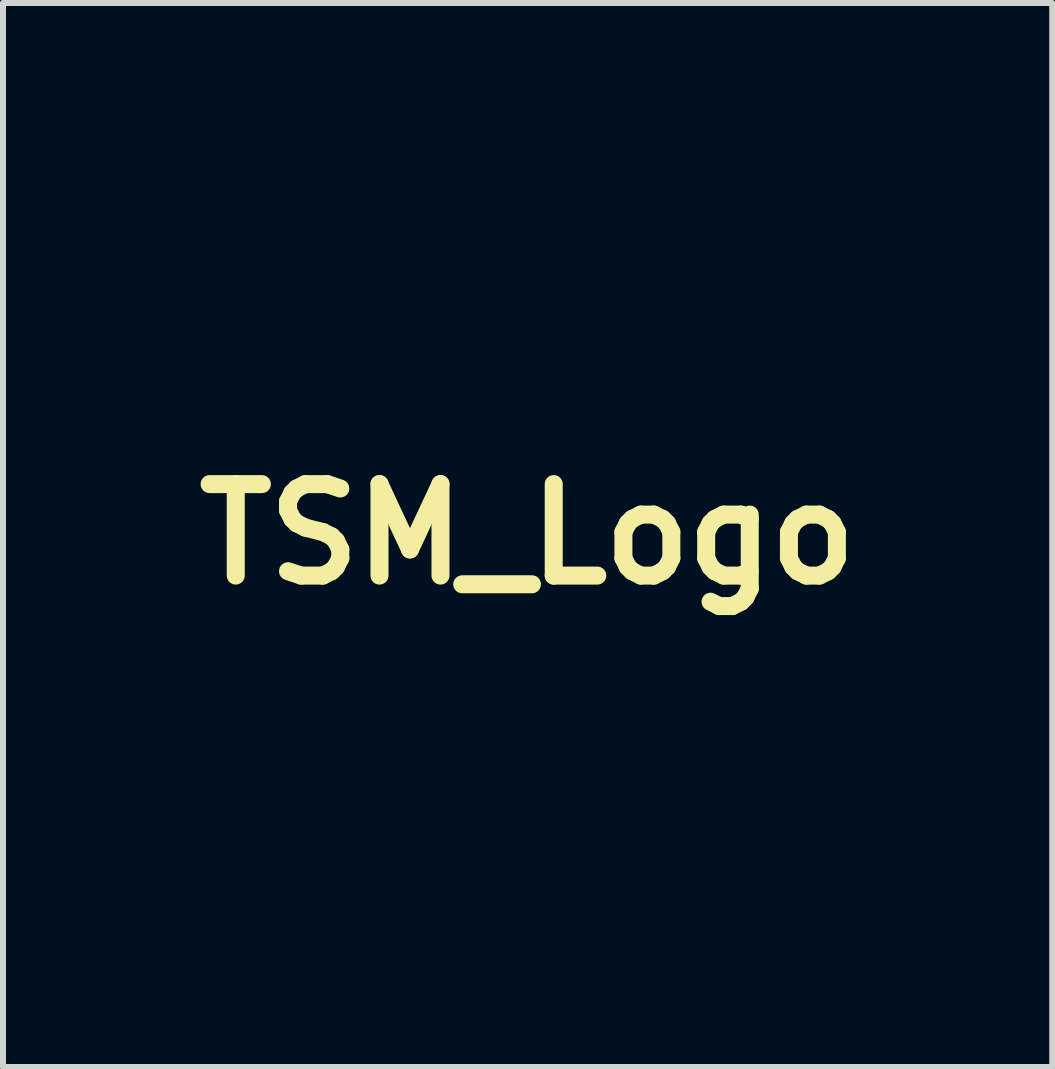
<source format=kicad_pcb>
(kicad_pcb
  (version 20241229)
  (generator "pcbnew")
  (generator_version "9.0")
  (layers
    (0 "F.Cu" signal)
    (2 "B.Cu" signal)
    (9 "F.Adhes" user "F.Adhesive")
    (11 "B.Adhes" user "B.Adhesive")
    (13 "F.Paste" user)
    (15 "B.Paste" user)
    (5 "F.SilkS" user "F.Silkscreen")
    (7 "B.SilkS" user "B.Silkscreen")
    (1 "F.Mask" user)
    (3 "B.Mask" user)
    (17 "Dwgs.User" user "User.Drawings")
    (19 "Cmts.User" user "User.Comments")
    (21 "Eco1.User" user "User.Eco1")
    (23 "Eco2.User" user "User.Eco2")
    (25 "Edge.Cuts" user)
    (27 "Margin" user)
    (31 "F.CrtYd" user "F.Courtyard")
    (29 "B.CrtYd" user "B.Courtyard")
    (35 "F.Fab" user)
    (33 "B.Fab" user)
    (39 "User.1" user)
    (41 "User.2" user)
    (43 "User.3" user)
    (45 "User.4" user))
  (footprint "TSM_Logo"
    (layer "F.Cu")
    (at 5.74 5.85)
    (property "Reference" "TSM_Logo" (at 0 0 0) (layer "F.SilkS") (effects (font (size 1.524 1.524) (thickness 0.3))))
    (attr through_hole)
    (fp_poly (pts (xy 1.41 5.859) (xy 1.101 5.859) (xy 1.101 4.682) (xy 1.41 4.682) (xy 1.41 5.859)) (stroke (width 0.01) (type solid)) (fill yes) (layer "F.Mask"))
    (fp_poly (pts (xy 1.935 2.54) (xy 1.626 2.54) (xy 1.626 1.363) (xy 1.935 1.363) (xy 1.935 2.54)) (stroke (width 0.01) (type solid)) (fill yes) (layer "F.Mask"))
    (fp_poly (pts (xy 0.542 1.621) (xy 0.093 1.621) (xy 0.095 1.806) (xy 0.285 1.807) (xy 0.474 1.808) (xy 0.474 2.07) (xy 0.093 2.07) (xy 0.093 2.278) (xy 0.559 2.278) (xy 0.559 2.54) (xy -0.216 2.54) (xy -0.216 1.363) (xy 0.542 1.363) (xy 0.542 1.621)) (stroke (width 0.01) (type solid)) (fill yes) (layer "F.Mask"))
    (fp_poly (pts (xy 3.835 3.285) (xy 3.387 3.285) (xy 3.387 3.467) (xy 3.768 3.467) (xy 3.768 3.729) (xy 3.389 3.732) (xy 3.388 3.834) (xy 3.387 3.937) (xy 3.852 3.937) (xy 3.852 4.204) (xy 3.078 4.204) (xy 3.078 3.027) (xy 3.835 3.027) (xy 3.835 3.285)) (stroke (width 0.01) (type solid)) (fill yes) (layer "F.Mask"))
    (fp_poly (pts (xy 0.069 4.901) (xy 0.07 5.12) (xy 0.421 5.12) (xy 0.423 4.682) (xy 0.732 4.682) (xy 0.732 5.859) (xy 0.423 5.859) (xy 0.421 5.395) (xy 0.244 5.394) (xy 0.068 5.393) (xy 0.068 5.859) (xy -0.241 5.859) (xy -0.241 4.682) (xy 0.068 4.682) (xy 0.069 4.901)) (stroke (width 0.01) (type solid)) (fill yes) (layer "F.Mask"))
    (fp_poly (pts (xy 3.873 1.621) (xy 3.648 1.622) (xy 3.423 1.623) (xy 3.423 1.806) (xy 3.614 1.807) (xy 3.806 1.808) (xy 3.806 2.07) (xy 3.614 2.071) (xy 3.423 2.072) (xy 3.423 2.275) (xy 3.657 2.277) (xy 3.89 2.278) (xy 3.89 2.54) (xy 3.111 2.54) (xy 3.111 1.363) (xy 3.873 1.363) (xy 3.873 1.621)) (stroke (width 0.01) (type solid)) (fill yes) (layer "F.Mask"))
    (fp_poly (pts (xy 3.857 4.944) (xy 3.631 4.946) (xy 3.406 4.947) (xy 3.406 5.124) (xy 3.597 5.126) (xy 3.789 5.127) (xy 3.789 5.389) (xy 3.597 5.39) (xy 3.406 5.391) (xy 3.406 5.594) (xy 3.639 5.596) (xy 3.871 5.599) (xy 3.873 5.729) (xy 3.874 5.859) (xy 3.095 5.859) (xy 3.095 4.682) (xy 3.857 4.682) (xy 3.857 4.944)) (stroke (width 0.01) (type solid)) (fill yes) (layer "F.Mask"))
    (fp_poly (pts (xy -3.234 1.621) (xy -3.548 1.621) (xy -3.548 2.54) (xy -3.701 2.54) (xy -3.737 2.54) (xy -3.769 2.54) (xy -3.798 2.539) (xy -3.822 2.539) (xy -3.841 2.538) (xy -3.853 2.538) (xy -3.858 2.537) (xy -3.858 2.533) (xy -3.859 2.52) (xy -3.859 2.5) (xy -3.859 2.474) (xy -3.86 2.441) (xy -3.86 2.402) (xy -3.86 2.358) (xy -3.86 2.31) (xy -3.861 2.258) (xy -3.861 2.202) (xy -3.861 2.143) (xy -3.861 2.081) (xy -3.861 1.621) (xy -4.17 1.621) (xy -4.17 1.363) (xy -3.234 1.363) (xy -3.234 1.621)) (stroke (width 0.01) (type solid)) (fill yes) (layer "F.Mask"))
    (fp_poly (pts (xy 2.155 4.812) (xy 2.187 4.878) (xy 2.216 4.937) (xy 2.242 4.989) (xy 2.265 5.035) (xy 2.285 5.075) (xy 2.302 5.109) (xy 2.316 5.139) (xy 2.329 5.164) (xy 2.339 5.186) (xy 2.348 5.203) (xy 2.355 5.218) (xy 2.36 5.23) (xy 2.365 5.239) (xy 2.368 5.247) (xy 2.371 5.253) (xy 2.371 5.254) (xy 2.379 5.272) (xy 2.387 5.291) (xy 2.394 5.307) (xy 2.394 5.307) (xy 2.4 5.32) (xy 2.404 5.329) (xy 2.405 5.332) (xy 2.406 5.337) (xy 2.41 5.347) (xy 2.412 5.352) (xy 2.419 5.367) (xy 2.426 5.384) (xy 2.43 5.393) (xy 2.437 5.411) (xy 2.446 5.429) (xy 2.45 5.437) (xy 2.455 5.45) (xy 2.459 5.46) (xy 2.46 5.464) (xy 2.462 5.469) (xy 2.464 5.469) (xy 2.466 5.469) (xy 2.468 5.465) (xy 2.468 5.458) (xy 2.466 5.445) (xy 2.464 5.426) (xy 2.458 5.375) (xy 2.452 5.329) (xy 2.448 5.287) (xy 2.444 5.247) (xy 2.441 5.208) (xy 2.438 5.169) (xy 2.437 5.129) (xy 2.436 5.085) (xy 2.435 5.037) (xy 2.434 4.984) (xy 2.434 4.924) (xy 2.434 4.912) (xy 2.434 4.682) (xy 2.726 4.682) (xy 2.726 5.859) (xy 2.409 5.859) (xy 2.28 5.6) (xy 2.258 5.556) (xy 2.237 5.513) (xy 2.218 5.474) (xy 2.2 5.437) (xy 2.184 5.404) (xy 2.17 5.376) (xy 2.159 5.353) (xy 2.151 5.336) (xy 2.146 5.326) (xy 2.144 5.323) (xy 2.138 5.308) (xy 2.13 5.292) (xy 2.129 5.29) (xy 2.123 5.275) (xy 2.116 5.258) (xy 2.113 5.251) (xy 2.108 5.238) (xy 2.1 5.219) (xy 2.091 5.197) (xy 2.081 5.174) (xy 2.07 5.15) (xy 2.061 5.127) (xy 2.052 5.108) (xy 2.045 5.093) (xy 2.042 5.086) (xy 2.038 5.079) (xy 2.035 5.075) (xy 2.033 5.073) (xy 2.032 5.076) (xy 2.032 5.082) (xy 2.032 5.093) (xy 2.033 5.11) (xy 2.036 5.132) (xy 2.039 5.161) (xy 2.043 5.198) (xy 2.049 5.242) (xy 2.049 5.245) (xy 2.054 5.286) (xy 2.058 5.324) (xy 2.061 5.358) (xy 2.064 5.392) (xy 2.066 5.426) (xy 2.068 5.461) (xy 2.069 5.499) (xy 2.07 5.542) (xy 2.07 5.59) (xy 2.07 5.644) (xy 2.07 5.659) (xy 2.07 5.859) (xy 1.774 5.859) (xy 1.774 4.682) (xy 2.09 4.682) (xy 2.155 4.812)) (stroke (width 0.01) (type solid)) (fill yes) (layer "F.Mask"))
    (fp_poly (pts (xy 2.208 1.364) (xy 2.367 1.365) (xy 2.381 1.393) (xy 2.393 1.415) (xy 2.406 1.442) (xy 2.422 1.474) (xy 2.44 1.51) (xy 2.46 1.549) (xy 2.48 1.591) (xy 2.501 1.634) (xy 2.523 1.678) (xy 2.544 1.721) (xy 2.564 1.764) (xy 2.584 1.804) (xy 2.602 1.842) (xy 2.619 1.877) (xy 2.633 1.907) (xy 2.645 1.932) (xy 2.654 1.951) (xy 2.659 1.963) (xy 2.668 1.986) (xy 2.678 2.009) (xy 2.686 2.028) (xy 2.693 2.043) (xy 2.695 2.048) (xy 2.7 2.06) (xy 2.704 2.069) (xy 2.705 2.073) (xy 2.707 2.077) (xy 2.711 2.088) (xy 2.718 2.103) (xy 2.725 2.119) (xy 2.733 2.136) (xy 2.734 2.138) (xy 2.741 2.153) (xy 2.742 2.134) (xy 2.742 2.122) (xy 2.741 2.104) (xy 2.738 2.084) (xy 2.737 2.073) (xy 2.733 2.048) (xy 2.73 2.02) (xy 2.727 1.993) (xy 2.726 1.985) (xy 2.724 1.963) (xy 2.721 1.936) (xy 2.719 1.908) (xy 2.716 1.882) (xy 2.714 1.865) (xy 2.713 1.847) (xy 2.712 1.825) (xy 2.711 1.8) (xy 2.71 1.77) (xy 2.71 1.734) (xy 2.71 1.693) (xy 2.709 1.644) (xy 2.709 1.593) (xy 2.709 1.363) (xy 3.001 1.363) (xy 3.001 2.54) (xy 2.685 2.54) (xy 2.61 2.389) (xy 2.584 2.337) (xy 2.559 2.286) (xy 2.535 2.238) (xy 2.512 2.191) (xy 2.491 2.148) (xy 2.472 2.109) (xy 2.454 2.074) (xy 2.44 2.044) (xy 2.428 2.02) (xy 2.419 2.001) (xy 2.414 1.99) (xy 2.413 1.988) (xy 2.406 1.973) (xy 2.399 1.956) (xy 2.397 1.952) (xy 2.391 1.937) (xy 2.383 1.919) (xy 2.377 1.905) (xy 2.37 1.889) (xy 2.364 1.874) (xy 2.36 1.865) (xy 2.356 1.854) (xy 2.35 1.839) (xy 2.343 1.825) (xy 2.332 1.798) (xy 2.322 1.777) (xy 2.314 1.762) (xy 2.308 1.754) (xy 2.306 1.753) (xy 2.304 1.756) (xy 2.304 1.759) (xy 2.306 1.766) (xy 2.308 1.779) (xy 2.309 1.795) (xy 2.309 1.798) (xy 2.311 1.814) (xy 2.313 1.836) (xy 2.316 1.862) (xy 2.319 1.888) (xy 2.32 1.897) (xy 2.325 1.934) (xy 2.329 1.967) (xy 2.332 1.996) (xy 2.335 2.021) (xy 2.337 2.045) (xy 2.339 2.069) (xy 2.34 2.093) (xy 2.341 2.118) (xy 2.342 2.147) (xy 2.343 2.179) (xy 2.343 2.216) (xy 2.344 2.26) (xy 2.344 2.31) (xy 2.346 2.54) (xy 2.049 2.54) (xy 2.049 1.363) (xy 2.208 1.364)) (stroke (width 0.01) (type solid)) (fill yes) (layer "F.Mask"))
    (fp_poly (pts (xy -2.073 3.027) (xy -2.015 3.027) (xy -1.964 3.027) (xy -1.92 3.028) (xy -1.883 3.028) (xy -1.853 3.029) (xy -1.827 3.029) (xy -1.807 3.03) (xy -1.791 3.031) (xy -1.778 3.032) (xy -1.774 3.033) (xy -1.713 3.044) (xy -1.659 3.06) (xy -1.612 3.081) (xy -1.569 3.106) (xy -1.53 3.137) (xy -1.529 3.139) (xy -1.51 3.158) (xy -1.491 3.182) (xy -1.474 3.208) (xy -1.459 3.233) (xy -1.449 3.255) (xy -1.447 3.26) (xy -1.439 3.287) (xy -1.433 3.308) (xy -1.429 3.326) (xy -1.427 3.342) (xy -1.425 3.359) (xy -1.425 3.38) (xy -1.425 3.407) (xy -1.425 3.41) (xy -1.425 3.441) (xy -1.426 3.466) (xy -1.427 3.487) (xy -1.43 3.505) (xy -1.433 3.518) (xy -1.437 3.535) (xy -1.44 3.548) (xy -1.443 3.557) (xy -1.444 3.558) (xy -1.447 3.566) (xy -1.448 3.569) (xy -1.45 3.576) (xy -1.455 3.588) (xy -1.463 3.604) (xy -1.472 3.621) (xy -1.482 3.637) (xy -1.49 3.65) (xy -1.497 3.659) (xy -1.5 3.661) (xy -1.503 3.666) (xy -1.503 3.667) (xy -1.506 3.672) (xy -1.514 3.681) (xy -1.526 3.692) (xy -1.54 3.706) (xy -1.555 3.719) (xy -1.569 3.731) (xy -1.581 3.741) (xy -1.589 3.747) (xy -1.59 3.748) (xy -1.599 3.753) (xy -1.612 3.76) (xy -1.619 3.764) (xy -1.645 3.777) (xy -1.677 3.79) (xy -1.713 3.802) (xy -1.75 3.812) (xy -1.765 3.816) (xy -1.779 3.819) (xy -1.793 3.821) (xy -1.808 3.822) (xy -1.826 3.824) (xy -1.849 3.825) (xy -1.877 3.826) (xy -1.909 3.826) (xy -2.021 3.829) (xy -2.023 4.016) (xy -2.024 4.204) (xy -2.333 4.204) (xy -2.333 3.488) (xy -2.023 3.488) (xy -2.023 3.517) (xy -2.023 3.541) (xy -2.022 3.56) (xy -2.022 3.572) (xy -2.021 3.577) (xy -2.019 3.579) (xy -2.014 3.58) (xy -2.004 3.581) (xy -1.988 3.581) (xy -1.966 3.581) (xy -1.937 3.581) (xy -1.936 3.581) (xy -1.906 3.58) (xy -1.883 3.579) (xy -1.865 3.578) (xy -1.851 3.576) (xy -1.84 3.574) (xy -1.83 3.571) (xy -1.826 3.569) (xy -1.794 3.554) (xy -1.768 3.533) (xy -1.748 3.506) (xy -1.741 3.493) (xy -1.736 3.482) (xy -1.733 3.473) (xy -1.731 3.462) (xy -1.73 3.448) (xy -1.729 3.429) (xy -1.729 3.416) (xy -1.729 3.394) (xy -1.73 3.378) (xy -1.731 3.366) (xy -1.734 3.358) (xy -1.737 3.35) (xy -1.74 3.346) (xy -1.754 3.325) (xy -1.77 3.308) (xy -1.789 3.295) (xy -1.812 3.285) (xy -1.839 3.277) (xy -1.872 3.273) (xy -1.912 3.271) (xy -1.943 3.27) (xy -2.021 3.27) (xy -2.023 3.421) (xy -2.023 3.456) (xy -2.023 3.488) (xy -2.333 3.488) (xy -2.333 3.027) (xy -2.073 3.027)) (stroke (width 0.01) (type solid)) (fill yes) (layer "F.Mask"))
    (fp_poly (pts (xy 1.196 1.366) (xy 1.245 1.377) (xy 1.286 1.387) (xy 1.322 1.398) (xy 1.352 1.41) (xy 1.38 1.424) (xy 1.407 1.441) (xy 1.42 1.45) (xy 1.457 1.481) (xy 1.487 1.517) (xy 1.511 1.557) (xy 1.53 1.604) (xy 1.543 1.655) (xy 1.547 1.679) (xy 1.549 1.709) (xy 1.549 1.742) (xy 1.548 1.776) (xy 1.546 1.808) (xy 1.542 1.836) (xy 1.537 1.856) (xy 1.529 1.883) (xy 1.522 1.904) (xy 1.515 1.92) (xy 1.508 1.934) (xy 1.505 1.938) (xy 1.499 1.949) (xy 1.495 1.956) (xy 1.494 1.958) (xy 1.491 1.965) (xy 1.484 1.976) (xy 1.472 1.989) (xy 1.458 2.005) (xy 1.443 2.02) (xy 1.429 2.034) (xy 1.416 2.046) (xy 1.408 2.052) (xy 1.396 2.06) (xy 1.389 2.065) (xy 1.38 2.071) (xy 1.372 2.078) (xy 1.362 2.086) (xy 1.376 2.111) (xy 1.385 2.126) (xy 1.393 2.141) (xy 1.398 2.151) (xy 1.405 2.164) (xy 1.414 2.179) (xy 1.415 2.182) (xy 1.422 2.195) (xy 1.431 2.211) (xy 1.441 2.228) (xy 1.441 2.229) (xy 1.449 2.243) (xy 1.456 2.255) (xy 1.46 2.262) (xy 1.461 2.263) (xy 1.464 2.269) (xy 1.47 2.279) (xy 1.474 2.286) (xy 1.482 2.301) (xy 1.491 2.315) (xy 1.493 2.32) (xy 1.5 2.332) (xy 1.508 2.347) (xy 1.515 2.36) (xy 1.526 2.379) (xy 1.537 2.4) (xy 1.548 2.419) (xy 1.557 2.434) (xy 1.561 2.441) (xy 1.567 2.451) (xy 1.57 2.457) (xy 1.574 2.465) (xy 1.581 2.477) (xy 1.589 2.493) (xy 1.593 2.5) (xy 1.602 2.515) (xy 1.609 2.527) (xy 1.612 2.535) (xy 1.613 2.537) (xy 1.609 2.538) (xy 1.597 2.538) (xy 1.579 2.539) (xy 1.555 2.539) (xy 1.526 2.54) (xy 1.492 2.54) (xy 1.456 2.54) (xy 1.44 2.54) (xy 1.268 2.54) (xy 1.236 2.478) (xy 1.226 2.459) (xy 1.213 2.433) (xy 1.198 2.403) (xy 1.181 2.37) (xy 1.162 2.334) (xy 1.144 2.298) (xy 1.125 2.262) (xy 1.108 2.228) (xy 1.092 2.198) (xy 1.079 2.172) (xy 1.072 2.16) (xy 1.067 2.152) (xy 1.065 2.15) (xy 1.059 2.148) (xy 1.047 2.147) (xy 1.029 2.147) (xy 1.008 2.146) (xy 1.002 2.146) (xy 0.944 2.146) (xy 0.944 2.54) (xy 0.635 2.54) (xy 0.635 1.901) (xy 0.944 1.901) (xy 0.994 1.901) (xy 1.019 1.9) (xy 1.046 1.899) (xy 1.071 1.898) (xy 1.084 1.897) (xy 1.117 1.892) (xy 1.145 1.886) (xy 1.167 1.878) (xy 1.187 1.866) (xy 1.188 1.865) (xy 1.212 1.844) (xy 1.229 1.817) (xy 1.24 1.785) (xy 1.245 1.748) (xy 1.245 1.742) (xy 1.242 1.709) (xy 1.233 1.68) (xy 1.22 1.657) (xy 1.201 1.639) (xy 1.194 1.635) (xy 1.18 1.628) (xy 1.167 1.622) (xy 1.153 1.618) (xy 1.137 1.615) (xy 1.117 1.613) (xy 1.093 1.611) (xy 1.062 1.61) (xy 1.04 1.61) (xy 0.944 1.608) (xy 0.944 1.901) (xy 0.635 1.901) (xy 0.635 1.362) (xy 1.196 1.366)) (stroke (width 0.01) (type solid)) (fill yes) (layer "F.Mask"))
    (fp_poly (pts (xy 1.876 3.009) (xy 1.934 3.021) (xy 1.989 3.039) (xy 2.017 3.052) (xy 2.033 3.06) (xy 2.047 3.067) (xy 2.055 3.072) (xy 2.057 3.073) (xy 2.062 3.077) (xy 2.071 3.083) (xy 2.079 3.087) (xy 2.09 3.095) (xy 2.106 3.106) (xy 2.123 3.119) (xy 2.133 3.126) (xy 2.149 3.139) (xy 2.158 3.148) (xy 2.163 3.155) (xy 2.164 3.159) (xy 2.164 3.161) (xy 2.16 3.167) (xy 2.151 3.178) (xy 2.138 3.194) (xy 2.123 3.214) (xy 2.104 3.236) (xy 2.085 3.26) (xy 2.064 3.286) (xy 2.043 3.311) (xy 2.033 3.323) (xy 2.023 3.335) (xy 2.014 3.346) (xy 2.012 3.348) (xy 2.004 3.358) (xy 1.987 3.343) (xy 1.961 3.323) (xy 1.93 3.304) (xy 1.897 3.288) (xy 1.865 3.277) (xy 1.834 3.27) (xy 1.815 3.268) (xy 1.774 3.272) (xy 1.733 3.284) (xy 1.695 3.304) (xy 1.66 3.33) (xy 1.629 3.362) (xy 1.603 3.399) (xy 1.594 3.418) (xy 1.574 3.467) (xy 1.56 3.522) (xy 1.553 3.58) (xy 1.552 3.64) (xy 1.558 3.701) (xy 1.559 3.708) (xy 1.57 3.758) (xy 1.585 3.801) (xy 1.604 3.839) (xy 1.628 3.872) (xy 1.657 3.902) (xy 1.672 3.913) (xy 1.697 3.93) (xy 1.723 3.941) (xy 1.753 3.949) (xy 1.788 3.953) (xy 1.798 3.953) (xy 1.821 3.954) (xy 1.838 3.953) (xy 1.852 3.952) (xy 1.866 3.948) (xy 1.877 3.945) (xy 1.904 3.934) (xy 1.933 3.919) (xy 1.962 3.902) (xy 1.986 3.884) (xy 1.995 3.876) (xy 2.006 3.866) (xy 2.014 3.859) (xy 2.019 3.857) (xy 2.023 3.86) (xy 2.031 3.868) (xy 2.039 3.877) (xy 2.051 3.891) (xy 2.064 3.907) (xy 2.07 3.914) (xy 2.079 3.925) (xy 2.092 3.94) (xy 2.106 3.957) (xy 2.112 3.965) (xy 2.124 3.979) (xy 2.134 3.992) (xy 2.141 4) (xy 2.144 4.003) (xy 2.149 4.008) (xy 2.157 4.018) (xy 2.165 4.027) (xy 2.174 4.038) (xy 2.178 4.046) (xy 2.178 4.051) (xy 2.175 4.057) (xy 2.174 4.058) (xy 2.167 4.066) (xy 2.156 4.077) (xy 2.14 4.091) (xy 2.123 4.106) (xy 2.106 4.12) (xy 2.091 4.133) (xy 2.079 4.141) (xy 2.075 4.144) (xy 2.029 4.168) (xy 1.988 4.187) (xy 1.948 4.201) (xy 1.908 4.211) (xy 1.866 4.217) (xy 1.819 4.22) (xy 1.787 4.22) (xy 1.757 4.22) (xy 1.733 4.219) (xy 1.714 4.218) (xy 1.696 4.215) (xy 1.677 4.212) (xy 1.666 4.21) (xy 1.641 4.204) (xy 1.621 4.199) (xy 1.603 4.193) (xy 1.583 4.186) (xy 1.559 4.177) (xy 1.556 4.175) (xy 1.514 4.156) (xy 1.472 4.131) (xy 1.432 4.102) (xy 1.397 4.07) (xy 1.367 4.038) (xy 1.36 4.028) (xy 1.351 4.016) (xy 1.343 4.006) (xy 1.339 4.001) (xy 1.334 3.994) (xy 1.326 3.981) (xy 1.317 3.964) (xy 1.306 3.944) (xy 1.296 3.924) (xy 1.287 3.905) (xy 1.28 3.888) (xy 1.277 3.882) (xy 1.264 3.846) (xy 1.254 3.811) (xy 1.246 3.777) (xy 1.241 3.74) (xy 1.238 3.7) (xy 1.236 3.655) (xy 1.236 3.622) (xy 1.236 3.584) (xy 1.237 3.552) (xy 1.238 3.526) (xy 1.241 3.502) (xy 1.245 3.479) (xy 1.25 3.454) (xy 1.258 3.427) (xy 1.258 3.425) (xy 1.264 3.405) (xy 1.268 3.389) (xy 1.273 3.375) (xy 1.279 3.361) (xy 1.287 3.343) (xy 1.298 3.321) (xy 1.312 3.293) (xy 1.323 3.272) (xy 1.333 3.255) (xy 1.342 3.242) (xy 1.35 3.231) (xy 1.359 3.22) (xy 1.369 3.206) (xy 1.37 3.205) (xy 1.382 3.189) (xy 1.4 3.171) (xy 1.421 3.15) (xy 1.444 3.13) (xy 1.467 3.112) (xy 1.485 3.1) (xy 1.501 3.089) (xy 1.514 3.081) (xy 1.524 3.075) (xy 1.528 3.073) (xy 1.533 3.071) (xy 1.533 3.07) (xy 1.537 3.067) (xy 1.548 3.062) (xy 1.562 3.055) (xy 1.571 3.051) (xy 1.63 3.03) (xy 1.691 3.014) (xy 1.753 3.006) (xy 1.815 3.004) (xy 1.876 3.009)) (stroke (width 0.01) (type solid)) (fill yes) (layer "F.Mask"))
    (fp_poly (pts (xy -0.65 1.343) (xy -0.601 1.349) (xy -0.555 1.359) (xy -0.53 1.367) (xy -0.472 1.39) (xy -0.415 1.422) (xy -0.36 1.461) (xy -0.333 1.483) (xy -0.325 1.49) (xy -0.323 1.495) (xy -0.326 1.502) (xy -0.328 1.505) (xy -0.335 1.515) (xy -0.346 1.528) (xy -0.351 1.534) (xy -0.361 1.546) (xy -0.374 1.561) (xy -0.387 1.578) (xy -0.393 1.584) (xy -0.407 1.602) (xy -0.424 1.623) (xy -0.441 1.644) (xy -0.449 1.654) (xy -0.461 1.669) (xy -0.472 1.681) (xy -0.478 1.69) (xy -0.481 1.693) (xy -0.485 1.692) (xy -0.493 1.688) (xy -0.501 1.683) (xy -0.507 1.678) (xy -0.508 1.676) (xy -0.512 1.671) (xy -0.521 1.664) (xy -0.536 1.655) (xy -0.554 1.645) (xy -0.574 1.635) (xy -0.594 1.625) (xy -0.61 1.619) (xy -0.625 1.615) (xy -0.647 1.612) (xy -0.672 1.61) (xy -0.699 1.61) (xy -0.726 1.612) (xy -0.749 1.614) (xy -0.768 1.618) (xy -0.77 1.619) (xy -0.805 1.633) (xy -0.835 1.65) (xy -0.863 1.673) (xy -0.879 1.687) (xy -0.896 1.705) (xy -0.909 1.721) (xy -0.92 1.738) (xy -0.931 1.759) (xy -0.933 1.761) (xy -0.941 1.779) (xy -0.947 1.794) (xy -0.952 1.804) (xy -0.953 1.808) (xy -0.954 1.817) (xy -0.958 1.828) (xy -0.958 1.829) (xy -0.961 1.839) (xy -0.964 1.855) (xy -0.967 1.875) (xy -0.969 1.897) (xy -0.969 1.901) (xy -0.972 1.966) (xy -0.967 2.028) (xy -0.956 2.085) (xy -0.937 2.138) (xy -0.931 2.153) (xy -0.923 2.168) (xy -0.915 2.181) (xy -0.91 2.188) (xy -0.904 2.195) (xy -0.902 2.199) (xy -0.899 2.204) (xy -0.89 2.212) (xy -0.879 2.222) (xy -0.866 2.233) (xy -0.854 2.243) (xy -0.843 2.25) (xy -0.842 2.251) (xy -0.815 2.265) (xy -0.789 2.275) (xy -0.76 2.282) (xy -0.727 2.288) (xy -0.72 2.288) (xy -0.681 2.291) (xy -0.646 2.291) (xy -0.616 2.287) (xy -0.593 2.281) (xy -0.585 2.277) (xy -0.571 2.268) (xy -0.572 2.189) (xy -0.574 2.11) (xy -0.661 2.109) (xy -0.749 2.108) (xy -0.749 1.854) (xy -0.301 1.854) (xy -0.301 2.421) (xy -0.331 2.444) (xy -0.357 2.461) (xy -0.387 2.479) (xy -0.42 2.497) (xy -0.452 2.512) (xy -0.47 2.52) (xy -0.532 2.54) (xy -0.598 2.553) (xy -0.668 2.56) (xy -0.741 2.559) (xy -0.796 2.555) (xy -0.818 2.552) (xy -0.84 2.548) (xy -0.859 2.544) (xy -0.866 2.542) (xy -0.889 2.536) (xy -0.905 2.531) (xy -0.918 2.527) (xy -0.93 2.523) (xy -0.942 2.518) (xy -0.953 2.515) (xy -1.001 2.493) (xy -1.049 2.464) (xy -1.095 2.431) (xy -1.136 2.394) (xy -1.141 2.389) (xy -1.157 2.371) (xy -1.175 2.347) (xy -1.193 2.321) (xy -1.21 2.295) (xy -1.221 2.273) (xy -1.229 2.259) (xy -1.235 2.246) (xy -1.239 2.239) (xy -1.243 2.228) (xy -1.249 2.211) (xy -1.256 2.19) (xy -1.263 2.167) (xy -1.27 2.144) (xy -1.275 2.124) (xy -1.279 2.108) (xy -1.282 2.083) (xy -1.285 2.052) (xy -1.287 2.016) (xy -1.287 1.977) (xy -1.287 1.938) (xy -1.286 1.9) (xy -1.284 1.865) (xy -1.281 1.834) (xy -1.278 1.81) (xy -1.277 1.808) (xy -1.271 1.781) (xy -1.266 1.76) (xy -1.261 1.742) (xy -1.255 1.724) (xy -1.247 1.705) (xy -1.241 1.691) (xy -1.231 1.667) (xy -1.22 1.644) (xy -1.207 1.621) (xy -1.198 1.604) (xy -1.192 1.593) (xy -1.188 1.587) (xy -1.186 1.584) (xy -1.185 1.583) (xy -1.182 1.579) (xy -1.175 1.57) (xy -1.165 1.557) (xy -1.16 1.552) (xy -1.147 1.535) (xy -1.132 1.519) (xy -1.12 1.505) (xy -1.118 1.503) (xy -1.104 1.49) (xy -1.088 1.477) (xy -1.073 1.464) (xy -1.058 1.453) (xy -1.047 1.444) (xy -1.039 1.44) (xy -1.038 1.439) (xy -1.033 1.436) (xy -1.032 1.435) (xy -1.028 1.432) (xy -1.018 1.426) (xy -1.003 1.417) (xy -0.986 1.408) (xy -0.924 1.38) (xy -0.859 1.36) (xy -0.793 1.347) (xy -0.723 1.341) (xy -0.703 1.341) (xy -0.65 1.343)) (stroke (width 0.01) (type solid)) (fill yes) (layer "F.Mask"))
    (fp_poly (pts (xy -0.844 4.663) (xy -0.79 4.67) (xy -0.741 4.683) (xy -0.728 4.687) (xy -0.711 4.694) (xy -0.69 4.703) (xy -0.668 4.715) (xy -0.645 4.727) (xy -0.624 4.738) (xy -0.606 4.749) (xy -0.594 4.758) (xy -0.588 4.763) (xy -0.584 4.766) (xy -0.575 4.773) (xy -0.563 4.783) (xy -0.558 4.787) (xy -0.545 4.798) (xy -0.535 4.807) (xy -0.53 4.813) (xy -0.529 4.814) (xy -0.532 4.82) (xy -0.537 4.83) (xy -0.545 4.84) (xy -0.552 4.848) (xy -0.553 4.849) (xy -0.557 4.854) (xy -0.566 4.864) (xy -0.576 4.878) (xy -0.582 4.885) (xy -0.594 4.9) (xy -0.605 4.913) (xy -0.612 4.923) (xy -0.615 4.925) (xy -0.627 4.941) (xy -0.636 4.951) (xy -0.644 4.96) (xy -0.651 4.969) (xy -0.651 4.969) (xy -0.666 4.987) (xy -0.676 4.999) (xy -0.683 5.007) (xy -0.688 5.011) (xy -0.69 5.012) (xy -0.691 5.012) (xy -0.696 5.01) (xy -0.705 5.003) (xy -0.711 4.998) (xy -0.728 4.985) (xy -0.75 4.971) (xy -0.774 4.957) (xy -0.798 4.945) (xy -0.812 4.939) (xy -0.828 4.935) (xy -0.845 4.932) (xy -0.867 4.93) (xy -0.881 4.93) (xy -0.916 4.932) (xy -0.946 4.937) (xy -0.974 4.948) (xy -1.002 4.964) (xy -1.016 4.974) (xy -1.032 4.988) (xy -1.049 5.003) (xy -1.064 5.019) (xy -1.076 5.033) (xy -1.085 5.045) (xy -1.088 5.053) (xy -1.088 5.053) (xy -1.091 5.059) (xy -1.093 5.062) (xy -1.097 5.068) (xy -1.102 5.08) (xy -1.108 5.091) (xy -1.126 5.146) (xy -1.137 5.202) (xy -1.141 5.262) (xy -1.139 5.323) (xy -1.134 5.366) (xy -1.127 5.402) (xy -1.117 5.435) (xy -1.105 5.467) (xy -1.1 5.478) (xy -1.09 5.498) (xy -1.079 5.514) (xy -1.065 5.53) (xy -1.05 5.546) (xy -1.017 5.574) (xy -0.982 5.595) (xy -0.945 5.607) (xy -0.905 5.613) (xy -0.89 5.613) (xy -0.863 5.612) (xy -0.835 5.607) (xy -0.808 5.6) (xy -0.783 5.592) (xy -0.762 5.582) (xy -0.747 5.571) (xy -0.745 5.569) (xy -0.738 5.563) (xy -0.735 5.563) (xy -0.729 5.56) (xy -0.72 5.553) (xy -0.707 5.542) (xy -0.702 5.537) (xy -0.674 5.512) (xy -0.658 5.532) (xy -0.648 5.544) (xy -0.639 5.554) (xy -0.635 5.558) (xy -0.63 5.564) (xy -0.621 5.575) (xy -0.609 5.589) (xy -0.595 5.606) (xy -0.594 5.608) (xy -0.576 5.629) (xy -0.563 5.646) (xy -0.552 5.659) (xy -0.542 5.67) (xy -0.533 5.68) (xy -0.526 5.689) (xy -0.518 5.698) (xy -0.513 5.705) (xy -0.512 5.707) (xy -0.515 5.712) (xy -0.523 5.721) (xy -0.535 5.733) (xy -0.548 5.746) (xy -0.563 5.759) (xy -0.569 5.764) (xy -0.596 5.785) (xy -0.618 5.801) (xy -0.639 5.814) (xy -0.661 5.825) (xy -0.675 5.832) (xy -0.687 5.838) (xy -0.695 5.842) (xy -0.695 5.842) (xy -0.701 5.845) (xy -0.714 5.849) (xy -0.731 5.854) (xy -0.745 5.859) (xy -0.789 5.872) (xy -0.903 5.871) (xy -0.942 5.871) (xy -0.973 5.871) (xy -0.998 5.87) (xy -1.016 5.869) (xy -1.03 5.867) (xy -1.039 5.865) (xy -1.056 5.861) (xy -1.073 5.856) (xy -1.078 5.855) (xy -1.121 5.841) (xy -1.166 5.821) (xy -1.21 5.796) (xy -1.251 5.767) (xy -1.289 5.735) (xy -1.296 5.728) (xy -1.322 5.7) (xy -1.345 5.671) (xy -1.366 5.638) (xy -1.387 5.601) (xy -1.408 5.558) (xy -1.419 5.535) (xy -1.425 5.518) (xy -1.432 5.495) (xy -1.439 5.467) (xy -1.446 5.437) (xy -1.449 5.423) (xy -1.453 5.394) (xy -1.456 5.36) (xy -1.458 5.323) (xy -1.459 5.283) (xy -1.459 5.244) (xy -1.457 5.208) (xy -1.454 5.175) (xy -1.45 5.15) (xy -1.439 5.098) (xy -1.426 5.053) (xy -1.411 5.012) (xy -1.394 4.974) (xy -1.374 4.937) (xy -1.355 4.906) (xy -1.348 4.895) (xy -1.342 4.886) (xy -1.336 4.878) (xy -1.33 4.871) (xy -1.321 4.861) (xy -1.31 4.849) (xy -1.294 4.834) (xy -1.281 4.82) (xy -1.243 4.784) (xy -1.205 4.755) (xy -1.165 4.73) (xy -1.121 4.708) (xy -1.07 4.689) (xy -1.063 4.687) (xy -1.011 4.673) (xy -0.956 4.664) (xy -0.9 4.661) (xy -0.844 4.663)) (stroke (width 0.01) (type solid)) (fill yes) (layer "F.Mask"))
    (fp_poly (pts (xy -1.98 4.704) (xy -1.958 4.777) (xy -1.945 4.82) (xy -1.933 4.862) (xy -1.921 4.9) (xy -1.909 4.939) (xy -1.905 4.951) (xy -1.892 4.993) (xy -1.877 5.042) (xy -1.86 5.097) (xy -1.854 5.118) (xy -1.847 5.143) (xy -1.838 5.17) (xy -1.831 5.196) (xy -1.828 5.205) (xy -1.822 5.224) (xy -1.817 5.242) (xy -1.813 5.255) (xy -1.812 5.26) (xy -1.81 5.267) (xy -1.805 5.282) (xy -1.799 5.301) (xy -1.792 5.326) (xy -1.783 5.353) (xy -1.776 5.376) (xy -1.767 5.406) (xy -1.758 5.435) (xy -1.75 5.462) (xy -1.743 5.485) (xy -1.737 5.502) (xy -1.735 5.51) (xy -1.728 5.534) (xy -1.722 5.554) (xy -1.716 5.571) (xy -1.711 5.59) (xy -1.71 5.592) (xy -1.707 5.601) (xy -1.704 5.612) (xy -1.699 5.625) (xy -1.694 5.643) (xy -1.687 5.665) (xy -1.679 5.693) (xy -1.668 5.727) (xy -1.657 5.766) (xy -1.651 5.785) (xy -1.645 5.802) (xy -1.641 5.816) (xy -1.64 5.819) (xy -1.636 5.833) (xy -1.633 5.845) (xy -1.632 5.847) (xy -1.63 5.859) (xy -1.958 5.859) (xy -1.97 5.807) (xy -1.976 5.784) (xy -1.981 5.76) (xy -1.986 5.739) (xy -1.99 5.726) (xy -1.994 5.708) (xy -1.999 5.686) (xy -2.005 5.663) (xy -2.007 5.653) (xy -2.017 5.609) (xy -2.345 5.609) (xy -2.349 5.625) (xy -2.353 5.639) (xy -2.357 5.656) (xy -2.358 5.662) (xy -2.362 5.679) (xy -2.367 5.699) (xy -2.369 5.707) (xy -2.372 5.721) (xy -2.377 5.741) (xy -2.381 5.762) (xy -2.384 5.772) (xy -2.389 5.793) (xy -2.393 5.814) (xy -2.398 5.831) (xy -2.399 5.837) (xy -2.405 5.859) (xy -2.721 5.859) (xy -2.716 5.839) (xy -2.711 5.824) (xy -2.706 5.805) (xy -2.702 5.791) (xy -2.696 5.773) (xy -2.69 5.751) (xy -2.684 5.73) (xy -2.684 5.73) (xy -2.678 5.711) (xy -2.672 5.691) (xy -2.667 5.676) (xy -2.667 5.675) (xy -2.662 5.66) (xy -2.656 5.641) (xy -2.65 5.622) (xy -2.644 5.602) (xy -2.638 5.582) (xy -2.631 5.558) (xy -2.622 5.53) (xy -2.616 5.512) (xy -2.611 5.496) (xy -2.605 5.476) (xy -2.599 5.457) (xy -2.587 5.416) (xy -2.577 5.382) (xy -2.572 5.368) (xy -2.289 5.368) (xy -2.071 5.368) (xy -2.079 5.339) (xy -2.084 5.321) (xy -2.089 5.299) (xy -2.095 5.277) (xy -2.095 5.275) (xy -2.101 5.253) (xy -2.107 5.229) (xy -2.112 5.208) (xy -2.112 5.207) (xy -2.117 5.186) (xy -2.123 5.162) (xy -2.127 5.141) (xy -2.131 5.122) (xy -2.136 5.101) (xy -2.14 5.085) (xy -2.14 5.084) (xy -2.144 5.068) (xy -2.148 5.048) (xy -2.152 5.028) (xy -2.153 5.027) (xy -2.158 5.003) (xy -2.163 4.98) (xy -2.168 4.958) (xy -2.173 4.939) (xy -2.177 4.925) (xy -2.18 4.918) (xy -2.181 4.917) (xy -2.184 4.917) (xy -2.186 4.919) (xy -2.19 4.936) (xy -2.195 4.955) (xy -2.2 4.975) (xy -2.204 4.992) (xy -2.206 5.002) (xy -2.208 5.012) (xy -2.211 5.028) (xy -2.216 5.049) (xy -2.221 5.072) (xy -2.222 5.08) (xy -2.228 5.104) (xy -2.232 5.126) (xy -2.236 5.145) (xy -2.239 5.158) (xy -2.24 5.161) (xy -2.243 5.178) (xy -2.247 5.196) (xy -2.25 5.204) (xy -2.253 5.217) (xy -2.258 5.236) (xy -2.263 5.258) (xy -2.267 5.275) (xy -2.272 5.297) (xy -2.277 5.318) (xy -2.281 5.336) (xy -2.284 5.346) (xy -2.289 5.368) (xy -2.572 5.368) (xy -2.572 5.366) (xy -2.568 5.354) (xy -2.563 5.337) (xy -2.557 5.318) (xy -2.555 5.311) (xy -2.549 5.291) (xy -2.543 5.272) (xy -2.539 5.257) (xy -2.538 5.254) (xy -2.534 5.242) (xy -2.529 5.225) (xy -2.523 5.204) (xy -2.516 5.182) (xy -2.514 5.177) (xy -2.507 5.154) (xy -2.5 5.132) (xy -2.494 5.113) (xy -2.49 5.099) (xy -2.489 5.097) (xy -2.484 5.081) (xy -2.48 5.066) (xy -2.478 5.059) (xy -2.474 5.048) (xy -2.47 5.034) (xy -2.465 5.015) (xy -2.457 4.991) (xy -2.448 4.961) (xy -2.437 4.923) (xy -2.435 4.915) (xy -2.423 4.877) (xy -2.414 4.846) (xy -2.406 4.821) (xy -2.4 4.802) (xy -2.396 4.787) (xy -2.392 4.776) (xy -2.389 4.767) (xy -2.387 4.76) (xy -2.385 4.754) (xy -2.38 4.738) (xy -2.374 4.72) (xy -2.372 4.712) (xy -2.369 4.699) (xy -2.365 4.689) (xy -2.364 4.686) (xy -2.359 4.685) (xy -2.347 4.684) (xy -2.328 4.684) (xy -2.304 4.683) (xy -2.274 4.683) (xy -2.24 4.682) (xy -2.203 4.682) (xy -2.174 4.682) (xy -1.987 4.682) (xy -1.98 4.704)) (stroke (width 0.01) (type solid)) (fill yes) (layer "F.Mask"))
    (fp_poly (pts (xy 0.095 3.053) (xy 0.101 3.073) (xy 0.107 3.094) (xy 0.111 3.105) (xy 0.121 3.139) (xy 0.129 3.165) (xy 0.135 3.183) (xy 0.135 3.186) (xy 0.138 3.196) (xy 0.143 3.213) (xy 0.15 3.235) (xy 0.158 3.26) (xy 0.166 3.287) (xy 0.174 3.313) (xy 0.181 3.338) (xy 0.188 3.359) (xy 0.193 3.376) (xy 0.195 3.382) (xy 0.202 3.403) (xy 0.208 3.421) (xy 0.213 3.44) (xy 0.22 3.462) (xy 0.227 3.487) (xy 0.234 3.512) (xy 0.241 3.533) (xy 0.248 3.556) (xy 0.254 3.579) (xy 0.261 3.599) (xy 0.266 3.616) (xy 0.27 3.627) (xy 0.271 3.63) (xy 0.274 3.638) (xy 0.278 3.652) (xy 0.283 3.668) (xy 0.283 3.67) (xy 0.289 3.69) (xy 0.296 3.711) (xy 0.301 3.727) (xy 0.31 3.758) (xy 0.321 3.793) (xy 0.332 3.83) (xy 0.342 3.866) (xy 0.351 3.897) (xy 0.358 3.918) (xy 0.364 3.939) (xy 0.37 3.956) (xy 0.373 3.965) (xy 0.378 3.978) (xy 0.38 3.989) (xy 0.381 3.993) (xy 0.383 4.003) (xy 0.385 4.008) (xy 0.388 4.015) (xy 0.392 4.028) (xy 0.398 4.045) (xy 0.402 4.06) (xy 0.414 4.101) (xy 0.424 4.135) (xy 0.432 4.16) (xy 0.438 4.178) (xy 0.439 4.179) (xy 0.442 4.191) (xy 0.444 4.198) (xy 0.445 4.2) (xy 0.44 4.201) (xy 0.428 4.202) (xy 0.408 4.202) (xy 0.38 4.203) (xy 0.346 4.203) (xy 0.304 4.204) (xy 0.28 4.204) (xy 0.116 4.204) (xy 0.111 4.184) (xy 0.108 4.17) (xy 0.104 4.152) (xy 0.099 4.132) (xy 0.097 4.125) (xy 0.092 4.103) (xy 0.086 4.078) (xy 0.081 4.056) (xy 0.081 4.053) (xy 0.076 4.036) (xy 0.073 4.02) (xy 0.07 4.008) (xy 0.07 4.007) (xy 0.067 3.995) (xy 0.063 3.98) (xy 0.061 3.972) (xy 0.054 3.95) (xy -0.272 3.952) (xy -0.286 4.011) (xy -0.296 4.053) (xy -0.306 4.095) (xy -0.315 4.135) (xy -0.323 4.17) (xy -0.326 4.181) (xy -0.331 4.204) (xy -0.648 4.204) (xy -0.645 4.192) (xy -0.643 4.182) (xy -0.638 4.167) (xy -0.635 4.155) (xy -0.63 4.14) (xy -0.624 4.12) (xy -0.617 4.098) (xy -0.614 4.085) (xy -0.605 4.055) (xy -0.598 4.032) (xy -0.593 4.014) (xy -0.588 4) (xy -0.584 3.988) (xy -0.581 3.979) (xy -0.577 3.965) (xy -0.572 3.951) (xy -0.571 3.948) (xy -0.568 3.937) (xy -0.564 3.922) (xy -0.559 3.907) (xy -0.554 3.889) (xy -0.547 3.867) (xy -0.541 3.847) (xy -0.541 3.846) (xy -0.535 3.829) (xy -0.529 3.806) (xy -0.521 3.781) (xy -0.514 3.756) (xy -0.513 3.753) (xy -0.503 3.719) (xy -0.499 3.705) (xy -0.216 3.705) (xy -0.212 3.706) (xy -0.2 3.707) (xy -0.183 3.707) (xy -0.159 3.708) (xy -0.132 3.708) (xy -0.108 3.708) (xy -0.075 3.708) (xy -0.049 3.708) (xy -0.03 3.708) (xy -0.017 3.707) (xy -0.008 3.706) (xy -0.003 3.705) (xy -0.001 3.704) (xy -0.001 3.701) (xy -0.002 3.701) (xy -0.003 3.693) (xy -0.007 3.679) (xy -0.012 3.661) (xy -0.017 3.639) (xy -0.022 3.617) (xy -0.027 3.596) (xy -0.031 3.577) (xy -0.035 3.563) (xy -0.036 3.556) (xy -0.039 3.546) (xy -0.042 3.531) (xy -0.044 3.524) (xy -0.048 3.509) (xy -0.052 3.49) (xy -0.057 3.471) (xy -0.057 3.469) (xy -0.062 3.449) (xy -0.066 3.428) (xy -0.07 3.41) (xy -0.07 3.41) (xy -0.074 3.395) (xy -0.078 3.375) (xy -0.083 3.353) (xy -0.087 3.336) (xy -0.093 3.308) (xy -0.098 3.287) (xy -0.102 3.272) (xy -0.104 3.263) (xy -0.107 3.259) (xy -0.109 3.258) (xy -0.111 3.259) (xy -0.113 3.262) (xy -0.117 3.272) (xy -0.119 3.278) (xy -0.119 3.286) (xy -0.122 3.3) (xy -0.126 3.317) (xy -0.127 3.321) (xy -0.136 3.363) (xy -0.147 3.41) (xy -0.157 3.459) (xy -0.161 3.478) (xy -0.166 3.5) (xy -0.171 3.524) (xy -0.176 3.545) (xy -0.178 3.552) (xy -0.183 3.573) (xy -0.189 3.597) (xy -0.193 3.615) (xy -0.198 3.636) (xy -0.203 3.657) (xy -0.208 3.674) (xy -0.212 3.688) (xy -0.215 3.699) (xy -0.216 3.705) (xy -0.499 3.705) (xy -0.495 3.692) (xy -0.488 3.67) (xy -0.482 3.651) (xy -0.477 3.633) (xy -0.474 3.624) (xy -0.47 3.611) (xy -0.465 3.595) (xy -0.458 3.573) (xy -0.449 3.545) (xy -0.439 3.511) (xy -0.427 3.471) (xy -0.412 3.422) (xy -0.409 3.412) (xy -0.401 3.386) (xy -0.394 3.362) (xy -0.387 3.341) (xy -0.382 3.324) (xy -0.379 3.315) (xy -0.375 3.302) (xy -0.37 3.285) (xy -0.364 3.265) (xy -0.36 3.251) (xy -0.354 3.232) (xy -0.349 3.216) (xy -0.345 3.203) (xy -0.343 3.198) (xy -0.339 3.187) (xy -0.337 3.179) (xy -0.335 3.17) (xy -0.331 3.156) (xy -0.326 3.139) (xy -0.324 3.133) (xy -0.317 3.111) (xy -0.309 3.086) (xy -0.303 3.064) (xy -0.303 3.063) (xy -0.293 3.029) (xy 0.087 3.027) (xy 0.095 3.053)) (stroke (width 0.01) (type solid)) (fill yes) (layer "F.Mask"))
    (fp_poly (pts (xy -3.746 4.694) (xy -3.739 4.711) (xy -3.732 4.731) (xy -3.723 4.755) (xy -3.714 4.779) (xy -3.705 4.803) (xy -3.698 4.824) (xy -3.691 4.843) (xy -3.686 4.857) (xy -3.684 4.864) (xy -3.684 4.864) (xy -3.681 4.874) (xy -3.679 4.879) (xy -3.676 4.885) (xy -3.671 4.896) (xy -3.666 4.911) (xy -3.661 4.925) (xy -3.656 4.937) (xy -3.653 4.942) (xy -3.65 4.95) (xy -3.649 4.954) (xy -3.647 4.964) (xy -3.645 4.969) (xy -3.642 4.977) (xy -3.637 4.989) (xy -3.632 5.002) (xy -3.627 5.016) (xy -3.622 5.028) (xy -3.619 5.034) (xy -3.616 5.043) (xy -3.615 5.046) (xy -3.614 5.053) (xy -3.61 5.064) (xy -3.609 5.065) (xy -3.605 5.075) (xy -3.599 5.09) (xy -3.592 5.108) (xy -3.59 5.116) (xy -3.583 5.135) (xy -3.577 5.152) (xy -3.572 5.165) (xy -3.571 5.169) (xy -3.567 5.179) (xy -3.562 5.195) (xy -3.556 5.215) (xy -3.55 5.236) (xy -3.55 5.237) (xy -3.543 5.261) (xy -3.535 5.287) (xy -3.528 5.31) (xy -3.524 5.325) (xy -3.517 5.347) (xy -3.512 5.361) (xy -3.507 5.367) (xy -3.503 5.367) (xy -3.503 5.367) (xy -3.501 5.362) (xy -3.497 5.351) (xy -3.492 5.335) (xy -3.486 5.315) (xy -3.485 5.312) (xy -3.479 5.29) (xy -3.473 5.27) (xy -3.468 5.252) (xy -3.465 5.241) (xy -3.46 5.225) (xy -3.455 5.207) (xy -3.453 5.199) (xy -3.449 5.184) (xy -3.442 5.165) (xy -3.435 5.144) (xy -3.431 5.133) (xy -3.424 5.112) (xy -3.416 5.092) (xy -3.41 5.074) (xy -3.408 5.067) (xy -3.403 5.054) (xy -3.397 5.036) (xy -3.389 5.014) (xy -3.381 4.991) (xy -3.38 4.989) (xy -3.372 4.966) (xy -3.364 4.942) (xy -3.356 4.921) (xy -3.351 4.905) (xy -3.35 4.904) (xy -3.345 4.889) (xy -3.34 4.875) (xy -3.336 4.866) (xy -3.336 4.866) (xy -3.332 4.856) (xy -3.328 4.844) (xy -3.328 4.843) (xy -3.323 4.829) (xy -3.318 4.813) (xy -3.317 4.811) (xy -3.313 4.8) (xy -3.307 4.784) (xy -3.301 4.765) (xy -3.293 4.745) (xy -3.287 4.725) (xy -3.28 4.708) (xy -3.276 4.694) (xy -3.273 4.685) (xy -3.272 4.684) (xy -3.268 4.683) (xy -3.257 4.683) (xy -3.238 4.683) (xy -3.214 4.682) (xy -3.185 4.682) (xy -3.152 4.682) (xy -3.116 4.682) (xy -3.105 4.682) (xy -2.938 4.682) (xy -2.938 5.859) (xy -3.222 5.859) (xy -3.222 5.659) (xy -3.222 5.607) (xy -3.221 5.562) (xy -3.221 5.521) (xy -3.22 5.484) (xy -3.219 5.449) (xy -3.217 5.416) (xy -3.215 5.382) (xy -3.212 5.347) (xy -3.208 5.309) (xy -3.203 5.267) (xy -3.198 5.22) (xy -3.191 5.167) (xy -3.187 5.136) (xy -3.185 5.114) (xy -3.184 5.1) (xy -3.186 5.094) (xy -3.188 5.096) (xy -3.192 5.104) (xy -3.197 5.116) (xy -3.201 5.124) (xy -3.203 5.131) (xy -3.208 5.144) (xy -3.214 5.163) (xy -3.222 5.185) (xy -3.23 5.209) (xy -3.23 5.211) (xy -3.244 5.25) (xy -3.254 5.282) (xy -3.263 5.307) (xy -3.269 5.327) (xy -3.275 5.342) (xy -3.279 5.353) (xy -3.282 5.361) (xy -3.284 5.367) (xy -3.286 5.372) (xy -3.287 5.375) (xy -3.292 5.385) (xy -3.294 5.391) (xy -3.294 5.392) (xy -3.295 5.397) (xy -3.299 5.408) (xy -3.305 5.425) (xy -3.312 5.445) (xy -3.317 5.457) (xy -3.326 5.48) (xy -3.335 5.504) (xy -3.342 5.524) (xy -3.348 5.54) (xy -3.349 5.544) (xy -3.354 5.558) (xy -3.359 5.571) (xy -3.361 5.577) (xy -3.364 5.584) (xy -3.368 5.594) (xy -3.374 5.61) (xy -3.383 5.633) (xy -3.393 5.662) (xy -3.395 5.668) (xy -3.401 5.683) (xy -3.406 5.696) (xy -3.406 5.696) (xy -3.41 5.706) (xy -3.415 5.722) (xy -3.421 5.737) (xy -3.431 5.766) (xy -3.514 5.766) (xy -3.543 5.766) (xy -3.564 5.766) (xy -3.579 5.765) (xy -3.589 5.764) (xy -3.595 5.763) (xy -3.598 5.761) (xy -3.6 5.758) (xy -3.6 5.756) (xy -3.604 5.745) (xy -3.607 5.738) (xy -3.611 5.729) (xy -3.617 5.712) (xy -3.626 5.689) (xy -3.636 5.661) (xy -3.645 5.637) (xy -3.652 5.617) (xy -3.659 5.597) (xy -3.665 5.581) (xy -3.666 5.58) (xy -3.672 5.563) (xy -3.68 5.543) (xy -3.686 5.527) (xy -3.692 5.51) (xy -3.7 5.488) (xy -3.709 5.465) (xy -3.713 5.453) (xy -3.721 5.431) (xy -3.728 5.413) (xy -3.734 5.397) (xy -3.74 5.381) (xy -3.746 5.364) (xy -3.752 5.346) (xy -3.76 5.324) (xy -3.769 5.298) (xy -3.779 5.266) (xy -3.791 5.229) (xy -3.805 5.187) (xy -3.817 5.153) (xy -3.826 5.127) (xy -3.833 5.108) (xy -3.838 5.097) (xy -3.842 5.093) (xy -3.843 5.095) (xy -3.843 5.105) (xy -3.841 5.121) (xy -3.838 5.143) (xy -3.836 5.158) (xy -3.833 5.175) (xy -3.831 5.194) (xy -3.828 5.214) (xy -3.825 5.237) (xy -3.822 5.265) (xy -3.819 5.298) (xy -3.815 5.336) (xy -3.81 5.382) (xy -3.809 5.391) (xy -3.808 5.406) (xy -3.807 5.428) (xy -3.806 5.456) (xy -3.805 5.49) (xy -3.805 5.527) (xy -3.804 5.568) (xy -3.803 5.61) (xy -3.803 5.65) (xy -3.801 5.859) (xy -4.081 5.859) (xy -4.081 4.682) (xy -3.751 4.682) (xy -3.746 4.694)) (stroke (width 0.01) (type solid)) (fill yes) (layer "F.Mask"))
    (fp_poly (pts (xy -3.662 3.004) (xy -3.639 3.005) (xy -3.616 3.007) (xy -3.593 3.01) (xy -3.571 3.013) (xy -3.553 3.016) (xy -3.54 3.019) (xy -3.539 3.02) (xy -3.524 3.024) (xy -3.509 3.028) (xy -3.505 3.029) (xy -3.494 3.032) (xy -3.479 3.037) (xy -3.461 3.044) (xy -3.441 3.052) (xy -3.424 3.059) (xy -3.409 3.066) (xy -3.401 3.071) (xy -3.399 3.071) (xy -3.392 3.077) (xy -3.38 3.084) (xy -3.378 3.085) (xy -3.365 3.092) (xy -3.351 3.102) (xy -3.338 3.111) (xy -3.327 3.12) (xy -3.32 3.127) (xy -3.319 3.129) (xy -3.316 3.132) (xy -3.314 3.133) (xy -3.308 3.136) (xy -3.299 3.143) (xy -3.295 3.147) (xy -3.281 3.16) (xy -3.294 3.175) (xy -3.302 3.184) (xy -3.314 3.198) (xy -3.327 3.215) (xy -3.339 3.23) (xy -3.363 3.262) (xy -3.387 3.292) (xy -3.409 3.32) (xy -3.426 3.341) (xy -3.438 3.356) (xy -3.46 3.342) (xy -3.472 3.334) (xy -3.482 3.327) (xy -3.486 3.324) (xy -3.492 3.321) (xy -3.503 3.315) (xy -3.517 3.308) (xy -3.518 3.308) (xy -3.559 3.29) (xy -3.6 3.278) (xy -3.64 3.271) (xy -3.678 3.269) (xy -3.712 3.272) (xy -3.742 3.281) (xy -3.767 3.294) (xy -3.776 3.302) (xy -3.79 3.32) (xy -3.797 3.341) (xy -3.796 3.362) (xy -3.787 3.382) (xy -3.776 3.395) (xy -3.765 3.403) (xy -3.747 3.414) (xy -3.725 3.425) (xy -3.698 3.438) (xy -3.669 3.45) (xy -3.641 3.461) (xy -3.626 3.467) (xy -3.612 3.472) (xy -3.609 3.473) (xy -3.6 3.477) (xy -3.585 3.483) (xy -3.567 3.49) (xy -3.554 3.495) (xy -3.534 3.502) (xy -3.516 3.509) (xy -3.501 3.515) (xy -3.495 3.517) (xy -3.482 3.523) (xy -3.466 3.53) (xy -3.449 3.538) (xy -3.431 3.547) (xy -3.416 3.554) (xy -3.405 3.56) (xy -3.4 3.564) (xy -3.399 3.564) (xy -3.395 3.568) (xy -3.386 3.574) (xy -3.378 3.579) (xy -3.342 3.609) (xy -3.311 3.644) (xy -3.285 3.685) (xy -3.266 3.731) (xy -3.258 3.763) (xy -3.25 3.817) (xy -3.251 3.871) (xy -3.26 3.924) (xy -3.276 3.976) (xy -3.299 4.025) (xy -3.325 4.063) (xy -3.351 4.091) (xy -3.382 4.119) (xy -3.418 4.144) (xy -3.457 4.166) (xy -3.468 4.171) (xy -3.505 4.188) (xy -3.538 4.2) (xy -3.571 4.209) (xy -3.604 4.215) (xy -3.64 4.219) (xy -3.682 4.22) (xy -3.709 4.22) (xy -3.74 4.22) (xy -3.765 4.219) (xy -3.785 4.218) (xy -3.803 4.216) (xy -3.82 4.213) (xy -3.835 4.21) (xy -3.872 4.202) (xy -3.901 4.194) (xy -3.927 4.187) (xy -3.95 4.179) (xy -3.972 4.17) (xy -3.996 4.159) (xy -4.013 4.151) (xy -4.032 4.141) (xy -4.053 4.128) (xy -4.075 4.114) (xy -4.096 4.1) (xy -4.116 4.087) (xy -4.132 4.074) (xy -4.145 4.064) (xy -4.152 4.056) (xy -4.153 4.053) (xy -4.15 4.049) (xy -4.143 4.04) (xy -4.133 4.027) (xy -4.12 4.012) (xy -4.106 3.995) (xy -4.092 3.978) (xy -4.079 3.962) (xy -4.067 3.949) (xy -4.059 3.939) (xy -4.05 3.929) (xy -4.044 3.92) (xy -4.043 3.917) (xy -4.04 3.912) (xy -4.039 3.912) (xy -4.034 3.908) (xy -4.027 3.901) (xy -4.023 3.895) (xy -4.009 3.877) (xy -3.996 3.861) (xy -3.985 3.85) (xy -3.978 3.844) (xy -3.975 3.843) (xy -3.97 3.848) (xy -3.958 3.857) (xy -3.943 3.867) (xy -3.925 3.878) (xy -3.906 3.89) (xy -3.887 3.9) (xy -3.873 3.908) (xy -3.831 3.927) (xy -3.793 3.94) (xy -3.755 3.949) (xy -3.715 3.953) (xy -3.712 3.953) (xy -3.676 3.953) (xy -3.646 3.95) (xy -3.621 3.943) (xy -3.599 3.932) (xy -3.584 3.918) (xy -3.574 3.9) (xy -3.569 3.879) (xy -3.57 3.858) (xy -3.577 3.841) (xy -3.587 3.827) (xy -3.602 3.815) (xy -3.622 3.802) (xy -3.649 3.789) (xy -3.682 3.775) (xy -3.685 3.774) (xy -3.706 3.766) (xy -3.728 3.757) (xy -3.746 3.749) (xy -3.754 3.746) (xy -3.768 3.74) (xy -3.778 3.735) (xy -3.783 3.734) (xy -3.783 3.734) (xy -3.788 3.732) (xy -3.798 3.728) (xy -3.799 3.728) (xy -3.812 3.722) (xy -3.826 3.716) (xy -3.829 3.715) (xy -3.843 3.709) (xy -3.856 3.703) (xy -3.858 3.702) (xy -3.868 3.697) (xy -3.874 3.696) (xy -3.874 3.696) (xy -3.879 3.694) (xy -3.89 3.689) (xy -3.904 3.683) (xy -3.919 3.675) (xy -3.933 3.668) (xy -3.937 3.666) (xy -3.982 3.636) (xy -4.022 3.6) (xy -4.054 3.559) (xy -4.08 3.512) (xy -4.1 3.461) (xy -4.102 3.453) (xy -4.106 3.438) (xy -4.109 3.425) (xy -4.11 3.411) (xy -4.11 3.393) (xy -4.11 3.371) (xy -4.11 3.36) (xy -4.108 3.331) (xy -4.106 3.309) (xy -4.103 3.29) (xy -4.097 3.271) (xy -4.089 3.251) (xy -4.079 3.227) (xy -4.057 3.188) (xy -4.03 3.152) (xy -3.997 3.117) (xy -3.983 3.104) (xy -3.973 3.096) (xy -3.965 3.091) (xy -3.963 3.09) (xy -3.958 3.087) (xy -3.957 3.087) (xy -3.953 3.083) (xy -3.943 3.076) (xy -3.93 3.068) (xy -3.915 3.06) (xy -3.901 3.053) (xy -3.89 3.048) (xy -3.88 3.044) (xy -3.872 3.04) (xy -3.871 3.039) (xy -3.861 3.034) (xy -3.844 3.029) (xy -3.822 3.023) (xy -3.797 3.017) (xy -3.771 3.013) (xy -3.745 3.009) (xy -3.733 3.007) (xy -3.705 3.005) (xy -3.683 3.004) (xy -3.662 3.004)) (stroke (width 0.01) (type solid)) (fill yes) (layer "F.Mask"))
    (fp_poly (pts (xy -2.618 1.377) (xy -2.615 1.39) (xy -2.61 1.405) (xy -2.61 1.408) (xy -2.606 1.421) (xy -2.6 1.439) (xy -2.597 1.45) (xy -2.592 1.467) (xy -2.587 1.484) (xy -2.585 1.492) (xy -2.581 1.505) (xy -2.575 1.522) (xy -2.57 1.54) (xy -2.57 1.541) (xy -2.565 1.557) (xy -2.56 1.571) (xy -2.557 1.58) (xy -2.557 1.581) (xy -2.554 1.589) (xy -2.55 1.602) (xy -2.545 1.619) (xy -2.54 1.634) (xy -2.534 1.656) (xy -2.527 1.677) (xy -2.522 1.696) (xy -2.519 1.704) (xy -2.513 1.723) (xy -2.507 1.744) (xy -2.504 1.755) (xy -2.498 1.773) (xy -2.492 1.793) (xy -2.489 1.803) (xy -2.483 1.821) (xy -2.477 1.842) (xy -2.474 1.852) (xy -2.465 1.884) (xy -2.456 1.914) (xy -2.448 1.939) (xy -2.444 1.952) (xy -2.44 1.965) (xy -2.434 1.983) (xy -2.429 2.002) (xy -2.427 2.007) (xy -2.419 2.034) (xy -2.41 2.064) (xy -2.401 2.095) (xy -2.392 2.124) (xy -2.385 2.148) (xy -2.384 2.151) (xy -2.378 2.169) (xy -2.372 2.189) (xy -2.369 2.197) (xy -2.357 2.237) (xy -2.343 2.283) (xy -2.328 2.332) (xy -2.327 2.337) (xy -2.321 2.356) (xy -2.316 2.373) (xy -2.313 2.385) (xy -2.311 2.391) (xy -2.309 2.396) (xy -2.307 2.396) (xy -2.306 2.392) (xy -2.306 2.379) (xy -2.305 2.358) (xy -2.305 2.329) (xy -2.304 2.291) (xy -2.304 2.245) (xy -2.304 2.191) (xy -2.303 2.128) (xy -2.303 2.058) (xy -2.303 1.979) (xy -2.303 1.892) (xy -2.303 1.88) (xy -2.303 1.363) (xy -1.985 1.363) (xy -1.854 1.628) (xy -1.832 1.673) (xy -1.81 1.717) (xy -1.79 1.759) (xy -1.771 1.798) (xy -1.753 1.833) (xy -1.738 1.864) (xy -1.726 1.891) (xy -1.716 1.911) (xy -1.71 1.925) (xy -1.708 1.93) (xy -1.699 1.95) (xy -1.69 1.971) (xy -1.682 1.989) (xy -1.68 1.993) (xy -1.674 2.007) (xy -1.67 2.019) (xy -1.668 2.025) (xy -1.668 2.025) (xy -1.666 2.032) (xy -1.662 2.038) (xy -1.657 2.048) (xy -1.651 2.06) (xy -1.65 2.065) (xy -1.64 2.087) (xy -1.628 2.115) (xy -1.618 2.138) (xy -1.611 2.153) (xy -1.609 2.134) (xy -1.61 2.122) (xy -1.611 2.104) (xy -1.613 2.084) (xy -1.615 2.073) (xy -1.619 2.048) (xy -1.622 2.02) (xy -1.625 1.993) (xy -1.626 1.985) (xy -1.628 1.963) (xy -1.63 1.936) (xy -1.633 1.908) (xy -1.636 1.882) (xy -1.638 1.865) (xy -1.639 1.847) (xy -1.64 1.825) (xy -1.641 1.8) (xy -1.641 1.77) (xy -1.642 1.734) (xy -1.642 1.693) (xy -1.642 1.644) (xy -1.643 1.593) (xy -1.643 1.363) (xy -1.35 1.363) (xy -1.35 2.54) (xy -1.667 2.54) (xy -1.741 2.391) (xy -1.761 2.35) (xy -1.782 2.309) (xy -1.803 2.266) (xy -1.824 2.225) (xy -1.844 2.184) (xy -1.863 2.144) (xy -1.881 2.108) (xy -1.897 2.074) (xy -1.912 2.044) (xy -1.924 2.019) (xy -1.934 2) (xy -1.94 1.986) (xy -1.943 1.979) (xy -1.943 1.979) (xy -1.947 1.97) (xy -1.952 1.957) (xy -1.955 1.952) (xy -1.961 1.937) (xy -1.969 1.919) (xy -1.975 1.905) (xy -1.981 1.889) (xy -1.988 1.874) (xy -1.992 1.865) (xy -1.996 1.854) (xy -2.002 1.839) (xy -2.008 1.825) (xy -2.02 1.798) (xy -2.03 1.777) (xy -2.038 1.762) (xy -2.043 1.754) (xy -2.046 1.753) (xy -2.048 1.756) (xy -2.047 1.759) (xy -2.046 1.766) (xy -2.044 1.779) (xy -2.043 1.795) (xy -2.043 1.798) (xy -2.041 1.814) (xy -2.039 1.836) (xy -2.036 1.862) (xy -2.033 1.888) (xy -2.032 1.897) (xy -2.027 1.934) (xy -2.023 1.967) (xy -2.02 1.996) (xy -2.017 2.021) (xy -2.015 2.045) (xy -2.013 2.069) (xy -2.011 2.093) (xy -2.01 2.118) (xy -2.01 2.147) (xy -2.009 2.179) (xy -2.009 2.216) (xy -2.008 2.26) (xy -2.008 2.31) (xy -2.006 2.54) (xy -2.594 2.54) (xy -2.601 2.514) (xy -2.605 2.497) (xy -2.61 2.476) (xy -2.615 2.454) (xy -2.617 2.447) (xy -2.622 2.425) (xy -2.627 2.401) (xy -2.632 2.381) (xy -2.634 2.376) (xy -2.638 2.36) (xy -2.64 2.347) (xy -2.642 2.339) (xy -2.642 2.338) (xy -2.643 2.331) (xy -2.646 2.318) (xy -2.648 2.309) (xy -2.655 2.286) (xy -2.816 2.286) (xy -2.857 2.286) (xy -2.891 2.286) (xy -2.918 2.286) (xy -2.939 2.287) (xy -2.955 2.287) (xy -2.966 2.288) (xy -2.974 2.289) (xy -2.978 2.29) (xy -2.981 2.292) (xy -2.983 2.293) (xy -2.988 2.303) (xy -2.989 2.309) (xy -2.99 2.317) (xy -2.992 2.331) (xy -2.996 2.348) (xy -2.997 2.354) (xy -3.003 2.376) (xy -3.008 2.399) (xy -3.014 2.42) (xy -3.014 2.421) (xy -3.02 2.447) (xy -3.026 2.473) (xy -3.032 2.498) (xy -3.036 2.519) (xy -3.038 2.526) (xy -3.04 2.54) (xy -3.199 2.54) (xy -3.24 2.54) (xy -3.274 2.54) (xy -3.3 2.54) (xy -3.321 2.539) (xy -3.336 2.539) (xy -3.346 2.538) (xy -3.353 2.537) (xy -3.356 2.535) (xy -3.357 2.534) (xy -3.357 2.534) (xy -3.356 2.526) (xy -3.352 2.514) (xy -3.351 2.512) (xy -3.348 2.502) (xy -3.344 2.489) (xy -3.338 2.471) (xy -3.331 2.448) (xy -3.322 2.418) (xy -3.321 2.413) (xy -3.315 2.395) (xy -3.309 2.375) (xy -3.306 2.364) (xy -3.302 2.351) (xy -3.296 2.331) (xy -3.289 2.308) (xy -3.282 2.285) (xy -3.281 2.282) (xy -3.274 2.259) (xy -3.267 2.238) (xy -3.261 2.22) (xy -3.257 2.207) (xy -3.257 2.206) (xy -3.252 2.191) (xy -3.247 2.173) (xy -3.243 2.159) (xy -3.234 2.127) (xy -3.225 2.097) (xy -3.217 2.069) (xy -3.21 2.049) (xy -2.926 2.049) (xy -2.818 2.049) (xy -2.789 2.049) (xy -2.762 2.049) (xy -2.74 2.049) (xy -2.723 2.048) (xy -2.713 2.048) (xy -2.709 2.048) (xy -2.71 2.044) (xy -2.713 2.033) (xy -2.717 2.016) (xy -2.723 1.995) (xy -2.727 1.979) (xy -2.733 1.955) (xy -2.738 1.932) (xy -2.743 1.913) (xy -2.746 1.899) (xy -2.747 1.894) (xy -2.751 1.878) (xy -2.756 1.854) (xy -2.762 1.826) (xy -2.77 1.795) (xy -2.773 1.782) (xy -2.778 1.761) (xy -2.783 1.737) (xy -2.787 1.719) (xy -2.792 1.698) (xy -2.797 1.675) (xy -2.801 1.657) (xy -2.807 1.632) (xy -2.811 1.613) (xy -2.815 1.601) (xy -2.819 1.596) (xy -2.823 1.599) (xy -2.827 1.609) (xy -2.831 1.627) (xy -2.837 1.653) (xy -2.843 1.683) (xy -2.847 1.706) (xy -2.852 1.729) (xy -2.856 1.749) (xy -2.859 1.763) (xy -2.86 1.763) (xy -2.863 1.779) (xy -2.868 1.799) (xy -2.872 1.821) (xy -2.874 1.831) (xy -2.879 1.853) (xy -2.885 1.876) (xy -2.89 1.896) (xy -2.891 1.903) (xy -2.896 1.922) (xy -2.901 1.941) (xy -2.904 1.954) (xy -2.908 1.97) (xy -2.912 1.99) (xy -2.915 2) (xy -2.919 2.016) (xy -2.922 2.03) (xy -2.924 2.037) (xy -2.926 2.049) (xy -3.21 2.049) (xy -3.209 2.045) (xy -3.203 2.026) (xy -3.199 2.012) (xy -3.196 2.007) (xy -3.193 1.996) (xy -3.192 1.99) (xy -3.19 1.979) (xy -3.188 1.974) (xy -3.185 1.967) (xy -3.181 1.954) (xy -3.175 1.938) (xy -3.17 1.92) (xy -3.165 1.903) (xy -3.161 1.888) (xy -3.158 1.879) (xy -3.158 1.877) (xy -3.157 1.87) (xy -3.153 1.859) (xy -3.15 1.852) (xy -3.145 1.838) (xy -3.139 1.82) (xy -3.133 1.799) (xy -3.131 1.791) (xy -3.125 1.77) (xy -3.118 1.745) (xy -3.11 1.719) (xy -3.103 1.695) (xy -3.091 1.658) (xy -3.082 1.628) (xy -3.074 1.603) (xy -3.068 1.583) (xy -3.063 1.566) (xy -3.058 1.552) (xy -3.054 1.539) (xy -3.051 1.527) (xy -3.048 1.52) (xy -3.042 1.498) (xy -3.034 1.472) (xy -3.026 1.446) (xy -3.021 1.431) (xy -3.015 1.411) (xy -3.01 1.394) (xy -3.006 1.38) (xy -3.005 1.374) (xy -3.004 1.372) (xy -3.003 1.37) (xy -3 1.369) (xy -2.995 1.368) (xy -2.986 1.367) (xy -2.974 1.366) (xy -2.958 1.366) (xy -2.936 1.365) (xy -2.908 1.365) (xy -2.874 1.365) (xy -2.832 1.364) (xy -2.812 1.364) (xy -2.621 1.363) (xy -2.618 1.377)) (stroke (width 0.01) (type solid)) (fill yes) (layer "F.Mask"))
    (fp_poly (pts (xy -3.194 -3.189) (xy -3.185 -3.181) (xy -3.179 -3.174) (xy -3.167 -3.16) (xy -3.155 -3.147) (xy -3.148 -3.139) (xy -3.141 -3.131) (xy -3.13 -3.118) (xy -3.116 -3.102) (xy -3.104 -3.088) (xy -3.079 -3.059) (xy -3.048 -3.024) (xy -3.011 -2.985) (xy -2.97 -2.94) (xy -2.923 -2.89) (xy -2.911 -2.877) (xy -2.892 -2.857) (xy -2.875 -2.839) (xy -2.861 -2.824) (xy -2.851 -2.813) (xy -2.845 -2.807) (xy -2.845 -2.806) (xy -2.841 -2.802) (xy -2.831 -2.792) (xy -2.817 -2.777) (xy -2.798 -2.758) (xy -2.776 -2.735) (xy -2.75 -2.708) (xy -2.722 -2.679) (xy -2.691 -2.648) (xy -2.658 -2.615) (xy -2.624 -2.581) (xy -2.59 -2.546) (xy -2.555 -2.511) (xy -2.52 -2.476) (xy -2.487 -2.442) (xy -2.454 -2.41) (xy -2.423 -2.379) (xy -2.395 -2.351) (xy -2.37 -2.325) (xy -2.347 -2.303) (xy -2.329 -2.285) (xy -2.315 -2.272) (xy -2.306 -2.264) (xy -2.303 -2.261) (xy -2.299 -2.258) (xy -2.291 -2.25) (xy -2.279 -2.239) (xy -2.272 -2.232) (xy -2.257 -2.217) (xy -2.239 -2.199) (xy -2.22 -2.18) (xy -2.207 -2.168) (xy -2.189 -2.151) (xy -2.168 -2.13) (xy -2.145 -2.109) (xy -2.125 -2.089) (xy -2.125 -2.089) (xy -2.106 -2.071) (xy -2.082 -2.048) (xy -2.054 -2.021) (xy -2.022 -1.991) (xy -1.989 -1.96) (xy -1.955 -1.927) (xy -1.92 -1.895) (xy -1.887 -1.864) (xy -1.856 -1.835) (xy -1.833 -1.814) (xy -1.816 -1.798) (xy -1.798 -1.781) (xy -1.783 -1.767) (xy -1.775 -1.759) (xy -1.763 -1.748) (xy -1.754 -1.74) (xy -1.748 -1.736) (xy -1.748 -1.736) (xy -1.743 -1.733) (xy -1.734 -1.725) (xy -1.722 -1.714) (xy -1.721 -1.713) (xy -1.701 -1.694) (xy -1.677 -1.671) (xy -1.65 -1.645) (xy -1.621 -1.62) (xy -1.594 -1.595) (xy -1.571 -1.575) (xy -1.557 -1.562) (xy -1.544 -1.55) (xy -1.535 -1.541) (xy -1.533 -1.54) (xy -1.526 -1.532) (xy -1.52 -1.528) (xy -1.519 -1.528) (xy -1.515 -1.525) (xy -1.506 -1.518) (xy -1.496 -1.508) (xy -1.484 -1.497) (xy -1.472 -1.485) (xy -1.457 -1.472) (xy -1.438 -1.456) (xy -1.414 -1.435) (xy -1.412 -1.433) (xy -1.398 -1.421) (xy -1.385 -1.409) (xy -1.379 -1.402) (xy -1.37 -1.394) (xy -1.364 -1.389) (xy -1.362 -1.389) (xy -1.358 -1.386) (xy -1.349 -1.378) (xy -1.342 -1.372) (xy -1.333 -1.362) (xy -1.326 -1.356) (xy -1.323 -1.355) (xy -1.318 -1.352) (xy -1.31 -1.345) (xy -1.303 -1.339) (xy -1.285 -1.322) (xy -1.273 -1.31) (xy -1.264 -1.302) (xy -1.259 -1.298) (xy -1.256 -1.296) (xy -1.253 -1.295) (xy -1.248 -1.292) (xy -1.241 -1.285) (xy -1.24 -1.283) (xy -1.233 -1.274) (xy -1.227 -1.27) (xy -1.226 -1.27) (xy -1.221 -1.267) (xy -1.211 -1.259) (xy -1.196 -1.245) (xy -1.176 -1.225) (xy -1.175 -1.224) (xy -1.167 -1.216) (xy -1.16 -1.211) (xy -1.159 -1.211) (xy -1.154 -1.208) (xy -1.145 -1.201) (xy -1.132 -1.19) (xy -1.117 -1.176) (xy -1.115 -1.174) (xy -1.105 -1.166) (xy -1.099 -1.161) (xy -1.098 -1.16) (xy -1.094 -1.157) (xy -1.086 -1.15) (xy -1.081 -1.146) (xy -1.069 -1.135) (xy -1.054 -1.123) (xy -1.05 -1.12) (xy -1.039 -1.111) (xy -1.03 -1.103) (xy -1.028 -1.1) (xy -1.022 -1.093) (xy -1.018 -1.092) (xy -1.011 -1.089) (xy -1.007 -1.085) (xy -1.001 -1.079) (xy -0.99 -1.069) (xy -0.977 -1.058) (xy -0.976 -1.057) (xy -0.96 -1.044) (xy -0.944 -1.031) (xy -0.931 -1.02) (xy -0.917 -1.008) (xy -0.898 -0.992) (xy -0.877 -0.975) (xy -0.856 -0.957) (xy -0.836 -0.94) (xy -0.826 -0.932) (xy -0.812 -0.921) (xy -0.8 -0.91) (xy -0.795 -0.905) (xy -0.786 -0.897) (xy -0.781 -0.893) (xy -0.78 -0.893) (xy -0.776 -0.891) (xy -0.767 -0.884) (xy -0.754 -0.874) (xy -0.739 -0.861) (xy -0.722 -0.847) (xy -0.706 -0.834) (xy -0.691 -0.821) (xy -0.682 -0.814) (xy -0.671 -0.805) (xy -0.662 -0.799) (xy -0.658 -0.797) (xy -0.653 -0.794) (xy -0.652 -0.792) (xy -0.649 -0.788) (xy -0.641 -0.781) (xy -0.63 -0.771) (xy -0.618 -0.762) (xy -0.608 -0.755) (xy -0.6 -0.75) (xy -0.598 -0.749) (xy -0.594 -0.746) (xy -0.589 -0.741) (xy -0.583 -0.734) (xy -0.578 -0.732) (xy -0.572 -0.729) (xy -0.566 -0.722) (xy -0.559 -0.714) (xy -0.554 -0.711) (xy -0.548 -0.708) (xy -0.54 -0.702) (xy -0.534 -0.696) (xy -0.522 -0.686) (xy -0.506 -0.674) (xy -0.487 -0.659) (xy -0.473 -0.648) (xy -0.454 -0.633) (xy -0.438 -0.62) (xy -0.425 -0.61) (xy -0.417 -0.603) (xy -0.415 -0.6) (xy -0.411 -0.597) (xy -0.409 -0.597) (xy -0.403 -0.594) (xy -0.393 -0.587) (xy -0.391 -0.585) (xy -0.381 -0.577) (xy -0.373 -0.57) (xy -0.372 -0.569) (xy -0.364 -0.564) (xy -0.352 -0.555) (xy -0.337 -0.544) (xy -0.321 -0.531) (xy -0.305 -0.519) (xy -0.291 -0.507) (xy -0.28 -0.498) (xy -0.274 -0.493) (xy -0.274 -0.492) (xy -0.269 -0.487) (xy -0.267 -0.487) (xy -0.262 -0.484) (xy -0.252 -0.478) (xy -0.238 -0.468) (xy -0.22 -0.455) (xy -0.204 -0.443) (xy -0.185 -0.429) (xy -0.166 -0.415) (xy -0.152 -0.404) (xy -0.141 -0.396) (xy -0.137 -0.394) (xy -0.124 -0.384) (xy -0.109 -0.373) (xy -0.094 -0.362) (xy -0.08 -0.351) (xy -0.071 -0.344) (xy -0.067 -0.341) (xy -0.061 -0.336) (xy -0.057 -0.334) (xy -0.053 -0.332) (xy -0.044 -0.325) (xy -0.037 -0.32) (xy -0.026 -0.311) (xy -0.018 -0.306) (xy -0.015 -0.305) (xy -0.009 -0.302) (xy -0.005 -0.296) (xy 0.001 -0.29) (xy 0.005 -0.288) (xy 0.01 -0.285) (xy 0.02 -0.279) (xy 0.033 -0.27) (xy 0.034 -0.269) (xy 0.047 -0.26) (xy 0.056 -0.253) (xy 0.061 -0.25) (xy 0.061 -0.25) (xy 0.066 -0.247) (xy 0.075 -0.241) (xy 0.087 -0.233) (xy 0.101 -0.223) (xy 0.113 -0.214) (xy 0.123 -0.206) (xy 0.129 -0.201) (xy 0.129 -0.201) (xy 0.135 -0.196) (xy 0.146 -0.19) (xy 0.148 -0.188) (xy 0.158 -0.183) (xy 0.164 -0.179) (xy 0.165 -0.178) (xy 0.17 -0.174) (xy 0.18 -0.167) (xy 0.194 -0.157) (xy 0.212 -0.145) (xy 0.231 -0.132) (xy 0.25 -0.119) (xy 0.268 -0.107) (xy 0.284 -0.097) (xy 0.296 -0.089) (xy 0.303 -0.085) (xy 0.305 -0.085) (xy 0.309 -0.082) (xy 0.309 -0.081) (xy 0.312 -0.076) (xy 0.321 -0.071) (xy 0.323 -0.069) (xy 0.334 -0.063) (xy 0.348 -0.054) (xy 0.364 -0.044) (xy 0.379 -0.034) (xy 0.391 -0.026) (xy 0.397 -0.021) (xy 0.404 -0.017) (xy 0.414 -0.011) (xy 0.417 -0.01) (xy 0.426 -0.004) (xy 0.431 -0.000046) (xy 0.432 0.001) (xy 0.435 0.004) (xy 0.437 0.004) (xy 0.444 0.007) (xy 0.452 0.013) (xy 0.46 0.019) (xy 0.465 0.021) (xy 0.47 0.024) (xy 0.478 0.03) (xy 0.483 0.034) (xy 0.493 0.041) (xy 0.501 0.046) (xy 0.503 0.046) (xy 0.51 0.049) (xy 0.52 0.055) (xy 0.526 0.059) (xy 0.543 0.07) (xy 0.561 0.082) (xy 0.581 0.094) (xy 0.6 0.106) (xy 0.618 0.116) (xy 0.632 0.125) (xy 0.642 0.13) (xy 0.645 0.131) (xy 0.65 0.134) (xy 0.659 0.139) (xy 0.662 0.141) (xy 0.673 0.149) (xy 0.688 0.157) (xy 0.703 0.166) (xy 0.717 0.173) (xy 0.728 0.18) (xy 0.733 0.185) (xy 0.734 0.185) (xy 0.74 0.19) (xy 0.745 0.191) (xy 0.753 0.193) (xy 0.764 0.2) (xy 0.765 0.201) (xy 0.774 0.208) (xy 0.78 0.211) (xy 0.781 0.212) (xy 0.786 0.214) (xy 0.796 0.219) (xy 0.811 0.227) (xy 0.821 0.232) (xy 0.84 0.243) (xy 0.864 0.256) (xy 0.888 0.269) (xy 0.904 0.277) (xy 0.922 0.287) (xy 0.938 0.295) (xy 0.949 0.301) (xy 0.954 0.304) (xy 0.954 0.304) (xy 0.961 0.308) (xy 0.972 0.313) (xy 0.975 0.314) (xy 0.985 0.318) (xy 0.99 0.321) (xy 0.991 0.322) (xy 0.994 0.325) (xy 1.003 0.33) (xy 1.009 0.332) (xy 1.021 0.337) (xy 1.031 0.342) (xy 1.033 0.343) (xy 1.042 0.348) (xy 1.046 0.35) (xy 1.053 0.353) (xy 1.065 0.358) (xy 1.072 0.362) (xy 1.093 0.371) (xy 1.082 0.378) (xy 1.072 0.384) (xy 1.055 0.392) (xy 1.033 0.401) (xy 1.008 0.411) (xy 0.981 0.421) (xy 0.962 0.428) (xy 0.946 0.434) (xy 0.932 0.44) (xy 0.923 0.443) (xy 0.921 0.444) (xy 0.916 0.446) (xy 0.904 0.451) (xy 0.886 0.457) (xy 0.865 0.464) (xy 0.841 0.472) (xy 0.84 0.472) (xy 0.816 0.48) (xy 0.795 0.488) (xy 0.778 0.494) (xy 0.767 0.498) (xy 0.762 0.5) (xy 0.762 0.5) (xy 0.757 0.502) (xy 0.746 0.505) (xy 0.731 0.509) (xy 0.726 0.51) (xy 0.71 0.514) (xy 0.698 0.517) (xy 0.691 0.52) (xy 0.69 0.52) (xy 0.685 0.522) (xy 0.674 0.526) (xy 0.659 0.53) (xy 0.648 0.533) (xy 0.629 0.538) (xy 0.612 0.542) (xy 0.599 0.545) (xy 0.595 0.546) (xy 0.57 0.553) (xy 0.537 0.561) (xy 0.5 0.568) (xy 0.459 0.577) (xy 0.415 0.585) (xy 0.371 0.593) (xy 0.327 0.6) (xy 0.286 0.606) (xy 0.249 0.612) (xy 0.217 0.615) (xy 0.21 0.616) (xy 0.194 0.618) (xy 0.182 0.621) (xy 0.175 0.623) (xy 0.175 0.623) (xy 0.17 0.624) (xy 0.157 0.626) (xy 0.138 0.627) (xy 0.114 0.628) (xy 0.086 0.63) (xy 0.055 0.631) (xy 0.05 0.631) (xy 0.019 0.632) (xy -0.01 0.634) (xy -0.035 0.635) (xy -0.055 0.637) (xy -0.07 0.638) (xy -0.077 0.639) (xy -0.077 0.639) (xy -0.084 0.641) (xy -0.097 0.642) (xy -0.115 0.643) (xy -0.137 0.643) (xy -0.161 0.643) (xy -0.185 0.643) (xy -0.208 0.643) (xy -0.228 0.643) (xy -0.244 0.642) (xy -0.254 0.641) (xy -0.256 0.64) (xy -0.261 0.639) (xy -0.274 0.637) (xy -0.293 0.636) (xy -0.317 0.635) (xy -0.344 0.633) (xy -0.375 0.632) (xy -0.382 0.632) (xy -0.414 0.63) (xy -0.443 0.629) (xy -0.468 0.627) (xy -0.488 0.626) (xy -0.502 0.625) (xy -0.509 0.623) (xy -0.509 0.623) (xy -0.516 0.621) (xy -0.528 0.618) (xy -0.544 0.616) (xy -0.546 0.616) (xy -0.568 0.614) (xy -0.596 0.61) (xy -0.629 0.605) (xy -0.664 0.6) (xy -0.701 0.594) (xy -0.737 0.588) (xy -0.771 0.582) (xy -0.801 0.576) (xy -0.801 0.576) (xy -0.827 0.571) (xy -0.855 0.564) (xy -0.884 0.558) (xy -0.914 0.551) (xy -0.942 0.544) (xy -0.969 0.537) (xy -0.992 0.531) (xy -1.01 0.526) (xy -1.023 0.523) (xy -1.029 0.52) (xy -1.029 0.52) (xy -1.034 0.518) (xy -1.045 0.515) (xy -1.06 0.511) (xy -1.064 0.51) (xy -1.081 0.506) (xy -1.095 0.503) (xy -1.103 0.5) (xy -1.104 0.499) (xy -1.11 0.497) (xy -1.123 0.492) (xy -1.141 0.485) (xy -1.163 0.478) (xy -1.181 0.472) (xy -1.225 0.457) (xy -1.268 0.441) (xy -1.309 0.426) (xy -1.347 0.411) (xy -1.381 0.397) (xy -1.408 0.384) (xy -1.426 0.376) (xy -1.439 0.369) (xy -1.451 0.365) (xy -1.456 0.364) (xy -1.464 0.362) (xy -1.467 0.36) (xy -1.472 0.356) (xy -1.482 0.351) (xy -1.489 0.347) (xy -1.511 0.337) (xy -1.536 0.325) (xy -1.564 0.311) (xy -1.592 0.297) (xy -1.619 0.283) (xy -1.645 0.27) (xy -1.667 0.258) (xy -1.685 0.248) (xy -1.697 0.241) (xy -1.701 0.238) (xy -1.719 0.227) (xy -1.74 0.216) (xy -1.749 0.211) (xy -1.758 0.207) (xy -1.761 0.203) (xy -1.765 0.2) (xy -1.773 0.195) (xy -1.777 0.193) (xy -1.79 0.187) (xy -1.805 0.179) (xy -1.818 0.17) (xy -1.83 0.163) (xy -1.836 0.157) (xy -1.837 0.156) (xy -1.841 0.153) (xy -1.843 0.152) (xy -1.849 0.15) (xy -1.858 0.144) (xy -1.861 0.142) (xy -1.87 0.135) (xy -1.877 0.131) (xy -1.878 0.131) (xy -1.883 0.129) (xy -1.893 0.123) (xy -1.898 0.118) (xy -1.909 0.111) (xy -1.916 0.107) (xy -1.918 0.106) (xy -1.923 0.103) (xy -1.931 0.097) (xy -1.932 0.096) (xy -1.943 0.086) (xy -1.953 0.078) (xy -1.96 0.073) (xy -1.962 0.072) (xy -1.966 0.07) (xy -1.975 0.064) (xy -1.986 0.057) (xy -1.996 0.05) (xy -2.004 0.044) (xy -2.007 0.042) (xy -2.012 0.038) (xy -2.021 0.03) (xy -2.031 0.023) (xy -2.04 0.016) (xy -2.045 0.013) (xy -2.046 0.013) (xy -2.05 0.01) (xy -2.058 0.003) (xy -2.062 0) (xy -2.071 -0.008) (xy -2.079 -0.012) (xy -2.081 -0.013) (xy -2.087 -0.016) (xy -2.093 -0.023) (xy -2.1 -0.031) (xy -2.105 -0.034) (xy -2.111 -0.037) (xy -2.116 -0.042) (xy -2.122 -0.049) (xy -2.126 -0.051) (xy -2.132 -0.054) (xy -2.14 -0.06) (xy -2.14 -0.06) (xy -2.156 -0.075) (xy -2.173 -0.089) (xy -2.189 -0.101) (xy -2.203 -0.113) (xy -2.217 -0.126) (xy -2.223 -0.132) (xy -2.232 -0.141) (xy -2.239 -0.147) (xy -2.242 -0.148) (xy -2.246 -0.151) (xy -2.255 -0.158) (xy -2.265 -0.167) (xy -2.273 -0.176) (xy -2.286 -0.188) (xy -2.303 -0.205) (xy -2.323 -0.225) (xy -2.346 -0.247) (xy -2.369 -0.27) (xy -2.372 -0.273) (xy -2.394 -0.295) (xy -2.414 -0.315) (xy -2.432 -0.333) (xy -2.446 -0.347) (xy -2.455 -0.358) (xy -2.459 -0.363) (xy -2.46 -0.363) (xy -2.463 -0.368) (xy -2.47 -0.377) (xy -2.479 -0.384) (xy -2.489 -0.393) (xy -2.496 -0.4) (xy -2.498 -0.403) (xy -2.5 -0.408) (xy -2.508 -0.416) (xy -2.515 -0.423) (xy -2.524 -0.433) (xy -2.53 -0.441) (xy -2.532 -0.444) (xy -2.535 -0.449) (xy -2.542 -0.455) (xy -2.55 -0.462) (xy -2.553 -0.468) (xy -2.556 -0.474) (xy -2.564 -0.481) (xy -2.565 -0.483) (xy -2.574 -0.49) (xy -2.578 -0.496) (xy -2.578 -0.497) (xy -2.581 -0.503) (xy -2.589 -0.51) (xy -2.596 -0.517) (xy -2.599 -0.523) (xy -2.603 -0.53) (xy -2.608 -0.534) (xy -2.614 -0.541) (xy -2.616 -0.545) (xy -2.62 -0.551) (xy -2.623 -0.553) (xy -2.628 -0.558) (xy -2.629 -0.561) (xy -2.631 -0.567) (xy -2.632 -0.568) (xy -2.636 -0.572) (xy -2.643 -0.581) (xy -2.653 -0.594) (xy -2.658 -0.6) (xy -2.668 -0.614) (xy -2.677 -0.624) (xy -2.683 -0.63) (xy -2.684 -0.631) (xy -2.688 -0.634) (xy -2.69 -0.64) (xy -2.694 -0.647) (xy -2.702 -0.659) (xy -2.712 -0.673) (xy -2.714 -0.677) (xy -2.726 -0.693) (xy -2.737 -0.709) (xy -2.746 -0.723) (xy -2.747 -0.724) (xy -2.753 -0.735) (xy -2.758 -0.743) (xy -2.76 -0.745) (xy -2.764 -0.75) (xy -2.772 -0.76) (xy -2.781 -0.773) (xy -2.79 -0.788) (xy -2.799 -0.802) (xy -2.806 -0.813) (xy -2.81 -0.82) (xy -2.811 -0.822) (xy -2.814 -0.828) (xy -2.818 -0.834) (xy -2.825 -0.843) (xy -2.833 -0.855) (xy -2.834 -0.858) (xy -2.84 -0.868) (xy -2.844 -0.875) (xy -2.845 -0.876) (xy -2.849 -0.882) (xy -2.856 -0.892) (xy -2.863 -0.905) (xy -2.871 -0.919) (xy -2.876 -0.931) (xy -2.877 -0.931) (xy -2.882 -0.941) (xy -2.886 -0.948) (xy -2.886 -0.948) (xy -2.889 -0.953) (xy -2.895 -0.963) (xy -2.903 -0.977) (xy -2.906 -0.983) (xy -2.914 -0.998) (xy -2.921 -1.009) (xy -2.925 -1.015) (xy -2.926 -1.016) (xy -2.929 -1.019) (xy -2.929 -1.022) (xy -2.931 -1.027) (xy -2.936 -1.039) (xy -2.944 -1.055) (xy -2.954 -1.075) (xy -2.964 -1.097) (xy -2.976 -1.12) (xy -2.987 -1.142) (xy -2.996 -1.161) (xy -3.003 -1.176) (xy -3.007 -1.183) (xy -3.011 -1.194) (xy -3.018 -1.21) (xy -3.026 -1.229) (xy -3.035 -1.25) (xy -3.035 -1.251) (xy -3.044 -1.272) (xy -3.053 -1.293) (xy -3.061 -1.311) (xy -3.067 -1.323) (xy -3.073 -1.338) (xy -3.078 -1.353) (xy -3.08 -1.359) (xy -3.083 -1.369) (xy -3.086 -1.375) (xy -3.086 -1.376) (xy -3.088 -1.38) (xy -3.093 -1.392) (xy -3.099 -1.409) (xy -3.106 -1.43) (xy -3.115 -1.454) (xy -3.117 -1.463) (xy -3.129 -1.496) (xy -3.137 -1.523) (xy -3.144 -1.544) (xy -3.15 -1.561) (xy -3.154 -1.576) (xy -3.158 -1.59) (xy -3.162 -1.603) (xy -3.166 -1.618) (xy -3.171 -1.636) (xy -3.176 -1.656) (xy -3.181 -1.673) (xy -3.185 -1.685) (xy -3.188 -1.691) (xy -3.188 -1.691) (xy -3.19 -1.698) (xy -3.193 -1.709) (xy -3.194 -1.714) (xy -3.197 -1.736) (xy -3.199 -1.751) (xy -3.201 -1.76) (xy -3.203 -1.764) (xy -3.205 -1.765) (xy -3.207 -1.769) (xy -3.21 -1.78) (xy -3.214 -1.795) (xy -3.217 -1.812) (xy -3.219 -1.831) (xy -3.22 -1.843) (xy -3.222 -1.856) (xy -3.224 -1.864) (xy -3.226 -1.867) (xy -3.228 -1.871) (xy -3.231 -1.88) (xy -3.231 -1.883) (xy -3.233 -1.893) (xy -3.236 -1.91) (xy -3.239 -1.93) (xy -3.243 -1.952) (xy -3.26 -2.068) (xy -3.272 -2.19) (xy -3.281 -2.315) (xy -3.285 -2.442) (xy -3.284 -2.567) (xy -3.279 -2.69) (xy -3.27 -2.794) (xy -3.266 -2.828) (xy -3.262 -2.863) (xy -3.257 -2.899) (xy -3.253 -2.935) (xy -3.248 -2.969) (xy -3.243 -3) (xy -3.238 -3.028) (xy -3.234 -3.052) (xy -3.23 -3.07) (xy -3.227 -3.081) (xy -3.225 -3.085) (xy -3.223 -3.09) (xy -3.222 -3.1) (xy -3.222 -3.101) (xy -3.221 -3.114) (xy -3.218 -3.131) (xy -3.215 -3.149) (xy -3.211 -3.167) (xy -3.207 -3.181) (xy -3.204 -3.189) (xy -3.203 -3.19) (xy -3.199 -3.192) (xy -3.194 -3.189)) (stroke (width 0.01) (type solid)) (fill yes) (layer "F.Mask"))
    (fp_poly (pts (xy 0.541 -5.845) (xy 0.566 -5.845) (xy 0.59 -5.843) (xy 0.609 -5.841) (xy 0.623 -5.838) (xy 0.63 -5.834) (xy 0.63 -5.833) (xy 0.635 -5.83) (xy 0.637 -5.829) (xy 0.65 -5.827) (xy 0.667 -5.819) (xy 0.687 -5.808) (xy 0.708 -5.794) (xy 0.728 -5.778) (xy 0.745 -5.763) (xy 0.755 -5.752) (xy 0.772 -5.732) (xy 0.749 -5.687) (xy 0.74 -5.67) (xy 0.732 -5.655) (xy 0.726 -5.645) (xy 0.723 -5.641) (xy 0.72 -5.635) (xy 0.716 -5.625) (xy 0.715 -5.622) (xy 0.711 -5.61) (xy 0.706 -5.601) (xy 0.705 -5.6) (xy 0.7 -5.592) (xy 0.695 -5.581) (xy 0.694 -5.578) (xy 0.69 -5.566) (xy 0.683 -5.55) (xy 0.675 -5.533) (xy 0.674 -5.532) (xy 0.664 -5.511) (xy 0.658 -5.497) (xy 0.655 -5.488) (xy 0.655 -5.483) (xy 0.657 -5.482) (xy 0.663 -5.481) (xy 0.674 -5.477) (xy 0.675 -5.476) (xy 0.688 -5.471) (xy 0.701 -5.468) (xy 0.714 -5.465) (xy 0.729 -5.462) (xy 0.742 -5.458) (xy 0.751 -5.454) (xy 0.754 -5.453) (xy 0.758 -5.45) (xy 0.769 -5.446) (xy 0.784 -5.441) (xy 0.787 -5.44) (xy 0.82 -5.43) (xy 0.855 -5.418) (xy 0.891 -5.406) (xy 0.928 -5.392) (xy 0.964 -5.379) (xy 0.997 -5.366) (xy 1.027 -5.354) (xy 1.052 -5.343) (xy 1.071 -5.334) (xy 1.082 -5.329) (xy 1.093 -5.324) (xy 1.103 -5.321) (xy 1.104 -5.321) (xy 1.114 -5.319) (xy 1.119 -5.315) (xy 1.126 -5.31) (xy 1.138 -5.304) (xy 1.146 -5.3) (xy 1.16 -5.294) (xy 1.178 -5.285) (xy 1.196 -5.276) (xy 1.197 -5.276) (xy 1.228 -5.261) (xy 1.29 -5.274) (xy 1.32 -5.28) (xy 1.351 -5.287) (xy 1.382 -5.293) (xy 1.411 -5.298) (xy 1.436 -5.302) (xy 1.457 -5.306) (xy 1.472 -5.308) (xy 1.48 -5.309) (xy 1.488 -5.31) (xy 1.49 -5.312) (xy 1.494 -5.315) (xy 1.504 -5.317) (xy 1.518 -5.319) (xy 1.519 -5.319) (xy 1.559 -5.323) (xy 1.592 -5.326) (xy 1.615 -5.329) (xy 1.631 -5.332) (xy 1.638 -5.333) (xy 1.638 -5.334) (xy 1.642 -5.335) (xy 1.65 -5.337) (xy 1.664 -5.339) (xy 1.684 -5.341) (xy 1.71 -5.344) (xy 1.744 -5.348) (xy 1.786 -5.352) (xy 1.798 -5.353) (xy 1.889 -5.361) (xy 1.972 -5.367) (xy 2.048 -5.371) (xy 2.12 -5.373) (xy 2.186 -5.373) (xy 2.249 -5.371) (xy 2.308 -5.368) (xy 2.324 -5.366) (xy 2.355 -5.363) (xy 2.388 -5.36) (xy 2.421 -5.356) (xy 2.454 -5.353) (xy 2.486 -5.349) (xy 2.514 -5.345) (xy 2.539 -5.342) (xy 2.56 -5.339) (xy 2.574 -5.336) (xy 2.582 -5.335) (xy 2.582 -5.334) (xy 2.587 -5.332) (xy 2.6 -5.33) (xy 2.62 -5.327) (xy 2.645 -5.324) (xy 2.676 -5.321) (xy 2.697 -5.319) (xy 2.711 -5.317) (xy 2.723 -5.315) (xy 2.728 -5.313) (xy 2.734 -5.311) (xy 2.746 -5.308) (xy 2.763 -5.305) (xy 2.784 -5.301) (xy 2.79 -5.3) (xy 2.822 -5.295) (xy 2.857 -5.289) (xy 2.896 -5.282) (xy 2.936 -5.275) (xy 2.978 -5.267) (xy 3.02 -5.26) (xy 3.061 -5.252) (xy 3.1 -5.245) (xy 3.137 -5.237) (xy 3.171 -5.231) (xy 3.201 -5.225) (xy 3.226 -5.22) (xy 3.245 -5.216) (xy 3.257 -5.213) (xy 3.261 -5.211) (xy 3.268 -5.209) (xy 3.281 -5.206) (xy 3.298 -5.204) (xy 3.307 -5.203) (xy 3.324 -5.2) (xy 3.338 -5.198) (xy 3.347 -5.196) (xy 3.348 -5.195) (xy 3.354 -5.193) (xy 3.365 -5.19) (xy 3.38 -5.186) (xy 3.397 -5.183) (xy 3.414 -5.18) (xy 3.428 -5.178) (xy 3.437 -5.177) (xy 3.449 -5.176) (xy 3.458 -5.173) (xy 3.464 -5.171) (xy 3.477 -5.168) (xy 3.496 -5.164) (xy 3.518 -5.159) (xy 3.531 -5.156) (xy 3.555 -5.151) (xy 3.577 -5.147) (xy 3.596 -5.143) (xy 3.609 -5.14) (xy 3.613 -5.139) (xy 3.622 -5.137) (xy 3.638 -5.134) (xy 3.659 -5.13) (xy 3.685 -5.125) (xy 3.712 -5.119) (xy 3.727 -5.116) (xy 3.755 -5.11) (xy 3.78 -5.105) (xy 3.801 -5.1) (xy 3.817 -5.096) (xy 3.827 -5.093) (xy 3.829 -5.092) (xy 3.836 -5.09) (xy 3.846 -5.088) (xy 3.848 -5.088) (xy 3.858 -5.088) (xy 3.873 -5.086) (xy 3.89 -5.083) (xy 3.907 -5.08) (xy 3.922 -5.076) (xy 3.933 -5.073) (xy 3.937 -5.071) (xy 3.937 -5.071) (xy 3.941 -5.069) (xy 3.951 -5.067) (xy 3.966 -5.064) (xy 3.974 -5.063) (xy 3.992 -5.06) (xy 4.007 -5.058) (xy 4.018 -5.055) (xy 4.02 -5.054) (xy 4.026 -5.053) (xy 4.039 -5.049) (xy 4.059 -5.045) (xy 4.083 -5.04) (xy 4.111 -5.034) (xy 4.142 -5.028) (xy 4.147 -5.027) (xy 4.206 -5.016) (xy 4.257 -5.006) (xy 4.301 -4.997) (xy 4.339 -4.99) (xy 4.371 -4.983) (xy 4.398 -4.978) (xy 4.42 -4.974) (xy 4.437 -4.971) (xy 4.452 -4.968) (xy 4.464 -4.966) (xy 4.473 -4.964) (xy 4.481 -4.963) (xy 4.487 -4.961) (xy 4.489 -4.961) (xy 4.505 -4.958) (xy 4.517 -4.955) (xy 4.523 -4.953) (xy 4.523 -4.953) (xy 4.529 -4.951) (xy 4.541 -4.949) (xy 4.558 -4.946) (xy 4.579 -4.943) (xy 4.58 -4.943) (xy 4.601 -4.94) (xy 4.618 -4.937) (xy 4.631 -4.934) (xy 4.637 -4.932) (xy 4.637 -4.932) (xy 4.644 -4.929) (xy 4.656 -4.927) (xy 4.659 -4.926) (xy 4.669 -4.924) (xy 4.685 -4.922) (xy 4.706 -4.918) (xy 4.73 -4.914) (xy 4.748 -4.911) (xy 4.787 -4.904) (xy 4.829 -4.897) (xy 4.874 -4.889) (xy 4.919 -4.882) (xy 4.964 -4.874) (xy 5.009 -4.867) (xy 5.052 -4.86) (xy 5.093 -4.854) (xy 5.13 -4.848) (xy 5.164 -4.844) (xy 5.192 -4.84) (xy 5.214 -4.837) (xy 5.23 -4.835) (xy 5.237 -4.834) (xy 5.246 -4.833) (xy 5.249 -4.83) (xy 5.253 -4.828) (xy 5.263 -4.826) (xy 5.271 -4.826) (xy 5.286 -4.825) (xy 5.306 -4.824) (xy 5.327 -4.822) (xy 5.347 -4.82) (xy 5.365 -4.817) (xy 5.378 -4.815) (xy 5.383 -4.813) (xy 5.39 -4.811) (xy 5.404 -4.809) (xy 5.422 -4.807) (xy 5.439 -4.805) (xy 5.486 -4.799) (xy 5.486 -4.785) (xy 5.486 -4.779) (xy 5.483 -4.773) (xy 5.478 -4.765) (xy 5.468 -4.756) (xy 5.453 -4.743) (xy 5.447 -4.739) (xy 5.43 -4.725) (xy 5.415 -4.712) (xy 5.402 -4.701) (xy 5.395 -4.695) (xy 5.385 -4.687) (xy 5.377 -4.681) (xy 5.375 -4.681) (xy 5.37 -4.677) (xy 5.36 -4.67) (xy 5.344 -4.66) (xy 5.326 -4.647) (xy 5.311 -4.636) (xy 5.29 -4.621) (xy 5.272 -4.609) (xy 5.256 -4.598) (xy 5.245 -4.591) (xy 5.241 -4.588) (xy 5.231 -4.582) (xy 5.218 -4.574) (xy 5.214 -4.571) (xy 5.203 -4.564) (xy 5.195 -4.56) (xy 5.193 -4.559) (xy 5.188 -4.557) (xy 5.179 -4.551) (xy 5.176 -4.549) (xy 5.166 -4.542) (xy 5.158 -4.538) (xy 5.157 -4.538) (xy 5.15 -4.536) (xy 5.147 -4.533) (xy 5.14 -4.528) (xy 5.129 -4.522) (xy 5.114 -4.513) (xy 5.109 -4.511) (xy 5.094 -4.502) (xy 5.08 -4.494) (xy 5.07 -4.488) (xy 5.069 -4.487) (xy 5.061 -4.481) (xy 5.056 -4.479) (xy 5.051 -4.477) (xy 5.04 -4.472) (xy 5.025 -4.464) (xy 5.009 -4.456) (xy 4.989 -4.445) (xy 4.97 -4.436) (xy 4.954 -4.428) (xy 4.946 -4.424) (xy 4.931 -4.418) (xy 4.913 -4.409) (xy 4.899 -4.401) (xy 4.884 -4.393) (xy 4.87 -4.387) (xy 4.861 -4.384) (xy 4.848 -4.379) (xy 4.838 -4.373) (xy 4.827 -4.365) (xy 4.818 -4.362) (xy 4.809 -4.359) (xy 4.795 -4.353) (xy 4.779 -4.346) (xy 4.773 -4.343) (xy 4.753 -4.334) (xy 4.729 -4.324) (xy 4.706 -4.315) (xy 4.699 -4.312) (xy 4.68 -4.304) (xy 4.663 -4.297) (xy 4.649 -4.292) (xy 4.644 -4.29) (xy 4.63 -4.284) (xy 4.618 -4.279) (xy 4.606 -4.274) (xy 4.591 -4.269) (xy 4.58 -4.265) (xy 4.565 -4.259) (xy 4.551 -4.253) (xy 4.543 -4.248) (xy 4.542 -4.248) (xy 4.533 -4.243) (xy 4.523 -4.242) (xy 4.512 -4.24) (xy 4.505 -4.236) (xy 4.497 -4.231) (xy 4.484 -4.226) (xy 4.477 -4.223) (xy 4.463 -4.219) (xy 4.444 -4.212) (xy 4.425 -4.205) (xy 4.42 -4.204) (xy 4.401 -4.197) (xy 4.385 -4.191) (xy 4.372 -4.187) (xy 4.369 -4.186) (xy 4.36 -4.183) (xy 4.345 -4.178) (xy 4.325 -4.172) (xy 4.302 -4.164) (xy 4.285 -4.159) (xy 4.262 -4.151) (xy 4.242 -4.145) (xy 4.225 -4.14) (xy 4.214 -4.137) (xy 4.21 -4.136) (xy 4.204 -4.134) (xy 4.204 -4.132) (xy 4.2 -4.128) (xy 4.195 -4.128) (xy 4.186 -4.126) (xy 4.172 -4.123) (xy 4.157 -4.119) (xy 4.144 -4.115) (xy 4.135 -4.111) (xy 4.134 -4.111) (xy 4.127 -4.108) (xy 4.113 -4.103) (xy 4.093 -4.097) (xy 4.066 -4.089) (xy 4.035 -4.08) (xy 4 -4.071) (xy 3.962 -4.06) (xy 3.921 -4.05) (xy 3.879 -4.039) (xy 3.836 -4.028) (xy 3.793 -4.017) (xy 3.751 -4.007) (xy 3.73 -4.002) (xy 3.713 -3.998) (xy 3.698 -3.993) (xy 3.689 -3.99) (xy 3.679 -3.987) (xy 3.664 -3.983) (xy 3.645 -3.98) (xy 3.641 -3.979) (xy 3.624 -3.977) (xy 3.61 -3.974) (xy 3.602 -3.972) (xy 3.6 -3.971) (xy 3.595 -3.969) (xy 3.583 -3.966) (xy 3.564 -3.962) (xy 3.54 -3.957) (xy 3.511 -3.951) (xy 3.48 -3.944) (xy 3.447 -3.938) (xy 3.412 -3.931) (xy 3.378 -3.925) (xy 3.344 -3.919) (xy 3.313 -3.913) (xy 3.306 -3.912) (xy 3.273 -3.906) (xy 3.236 -3.9) (xy 3.197 -3.895) (xy 3.158 -3.889) (xy 3.121 -3.884) (xy 3.088 -3.88) (xy 3.061 -3.876) (xy 3.05 -3.875) (xy 3.035 -3.873) (xy 3.022 -3.871) (xy 3.016 -3.869) (xy 3.016 -3.869) (xy 3.011 -3.867) (xy 2.999 -3.866) (xy 2.98 -3.864) (xy 2.955 -3.863) (xy 2.922 -3.862) (xy 2.881 -3.861) (xy 2.832 -3.86) (xy 2.776 -3.859) (xy 2.762 -3.859) (xy 2.721 -3.858) (xy 2.687 -3.857) (xy 2.66 -3.856) (xy 2.64 -3.855) (xy 2.629 -3.854) (xy 2.625 -3.852) (xy 2.627 -3.848) (xy 2.628 -3.848) (xy 2.632 -3.845) (xy 2.637 -3.836) (xy 2.641 -3.826) (xy 2.642 -3.82) (xy 2.644 -3.811) (xy 2.647 -3.806) (xy 2.651 -3.799) (xy 2.658 -3.786) (xy 2.667 -3.768) (xy 2.677 -3.745) (xy 2.688 -3.72) (xy 2.699 -3.694) (xy 2.71 -3.667) (xy 2.715 -3.653) (xy 2.723 -3.635) (xy 2.729 -3.62) (xy 2.733 -3.609) (xy 2.735 -3.605) (xy 2.739 -3.594) (xy 2.741 -3.586) (xy 2.746 -3.575) (xy 2.75 -3.57) (xy 2.754 -3.562) (xy 2.758 -3.55) (xy 2.758 -3.548) (xy 2.762 -3.534) (xy 2.767 -3.518) (xy 2.768 -3.516) (xy 2.773 -3.505) (xy 2.779 -3.488) (xy 2.786 -3.468) (xy 2.791 -3.452) (xy 2.796 -3.436) (xy 2.801 -3.42) (xy 2.807 -3.403) (xy 2.812 -3.383) (xy 2.819 -3.359) (xy 2.827 -3.329) (xy 2.837 -3.294) (xy 2.843 -3.274) (xy 2.846 -3.261) (xy 2.851 -3.242) (xy 2.855 -3.221) (xy 2.858 -3.211) (xy 2.862 -3.193) (xy 2.866 -3.177) (xy 2.869 -3.166) (xy 2.87 -3.163) (xy 2.872 -3.156) (xy 2.875 -3.142) (xy 2.878 -3.126) (xy 2.879 -3.119) (xy 2.881 -3.102) (xy 2.884 -3.09) (xy 2.886 -3.083) (xy 2.887 -3.082) (xy 2.889 -3.078) (xy 2.892 -3.067) (xy 2.895 -3.052) (xy 2.898 -3.033) (xy 2.901 -3.013) (xy 2.903 -2.994) (xy 2.903 -2.993) (xy 2.904 -2.977) (xy 2.906 -2.965) (xy 2.908 -2.959) (xy 2.908 -2.959) (xy 2.91 -2.954) (xy 2.912 -2.942) (xy 2.915 -2.923) (xy 2.918 -2.899) (xy 2.922 -2.871) (xy 2.926 -2.84) (xy 2.929 -2.807) (xy 2.933 -2.772) (xy 2.936 -2.738) (xy 2.937 -2.731) (xy 2.939 -2.695) (xy 2.941 -2.653) (xy 2.943 -2.605) (xy 2.944 -2.554) (xy 2.944 -2.501) (xy 2.944 -2.447) (xy 2.944 -2.394) (xy 2.943 -2.343) (xy 2.941 -2.296) (xy 2.939 -2.254) (xy 2.937 -2.22) (xy 2.934 -2.187) (xy 2.93 -2.153) (xy 2.927 -2.12) (xy 2.923 -2.089) (xy 2.919 -2.06) (xy 2.916 -2.035) (xy 2.913 -2.015) (xy 2.911 -2.001) (xy 2.909 -1.994) (xy 2.908 -1.994) (xy 2.907 -1.989) (xy 2.905 -1.978) (xy 2.903 -1.963) (xy 2.903 -1.96) (xy 2.901 -1.941) (xy 2.898 -1.922) (xy 2.895 -1.903) (xy 2.892 -1.887) (xy 2.889 -1.875) (xy 2.887 -1.871) (xy 2.885 -1.866) (xy 2.882 -1.856) (xy 2.879 -1.842) (xy 2.876 -1.829) (xy 2.875 -1.818) (xy 2.874 -1.813) (xy 2.877 -1.808) (xy 2.884 -1.799) (xy 2.893 -1.789) (xy 2.902 -1.782) (xy 2.908 -1.778) (xy 2.908 -1.778) (xy 2.912 -1.775) (xy 2.921 -1.768) (xy 2.929 -1.759) (xy 2.939 -1.749) (xy 2.947 -1.742) (xy 2.95 -1.74) (xy 2.956 -1.737) (xy 2.962 -1.73) (xy 2.971 -1.721) (xy 2.982 -1.711) (xy 2.982 -1.711) (xy 2.991 -1.704) (xy 3.004 -1.693) (xy 3.02 -1.679) (xy 3.037 -1.663) (xy 3.053 -1.648) (xy 3.068 -1.635) (xy 3.074 -1.63) (xy 3.081 -1.623) (xy 3.093 -1.612) (xy 3.108 -1.599) (xy 3.125 -1.584) (xy 3.128 -1.582) (xy 3.144 -1.568) (xy 3.157 -1.555) (xy 3.166 -1.546) (xy 3.171 -1.541) (xy 3.171 -1.54) (xy 3.174 -1.536) (xy 3.182 -1.531) (xy 3.189 -1.527) (xy 3.2 -1.517) (xy 3.215 -1.504) (xy 3.233 -1.488) (xy 3.251 -1.47) (xy 3.269 -1.453) (xy 3.285 -1.437) (xy 3.298 -1.425) (xy 3.306 -1.417) (xy 3.31 -1.414) (xy 3.31 -1.414) (xy 3.314 -1.411) (xy 3.322 -1.403) (xy 3.335 -1.391) (xy 3.35 -1.376) (xy 3.368 -1.358) (xy 3.386 -1.34) (xy 3.405 -1.321) (xy 3.422 -1.303) (xy 3.438 -1.287) (xy 3.45 -1.274) (xy 3.459 -1.265) (xy 3.463 -1.26) (xy 3.463 -1.26) (xy 3.466 -1.255) (xy 3.474 -1.246) (xy 3.486 -1.235) (xy 3.49 -1.232) (xy 3.506 -1.217) (xy 3.523 -1.199) (xy 3.539 -1.182) (xy 3.541 -1.18) (xy 3.555 -1.164) (xy 3.569 -1.148) (xy 3.581 -1.135) (xy 3.584 -1.133) (xy 3.601 -1.115) (xy 3.617 -1.097) (xy 3.633 -1.079) (xy 3.647 -1.063) (xy 3.658 -1.05) (xy 3.664 -1.041) (xy 3.666 -1.038) (xy 3.669 -1.033) (xy 3.67 -1.033) (xy 3.674 -1.03) (xy 3.682 -1.022) (xy 3.693 -1.009) (xy 3.706 -0.995) (xy 3.72 -0.979) (xy 3.734 -0.963) (xy 3.746 -0.948) (xy 3.756 -0.936) (xy 3.762 -0.928) (xy 3.763 -0.926) (xy 3.768 -0.919) (xy 3.773 -0.915) (xy 3.779 -0.909) (xy 3.78 -0.906) (xy 3.783 -0.901) (xy 3.79 -0.892) (xy 3.797 -0.884) (xy 3.807 -0.874) (xy 3.813 -0.866) (xy 3.814 -0.862) (xy 3.817 -0.856) (xy 3.824 -0.847) (xy 3.829 -0.842) (xy 3.838 -0.833) (xy 3.843 -0.825) (xy 3.844 -0.823) (xy 3.847 -0.816) (xy 3.85 -0.814) (xy 3.855 -0.809) (xy 3.863 -0.799) (xy 3.866 -0.794) (xy 3.874 -0.782) (xy 3.882 -0.773) (xy 3.884 -0.771) (xy 3.89 -0.763) (xy 3.898 -0.752) (xy 3.899 -0.749) (xy 3.905 -0.739) (xy 3.91 -0.733) (xy 3.911 -0.732) (xy 3.915 -0.729) (xy 3.92 -0.72) (xy 3.92 -0.72) (xy 3.924 -0.711) (xy 3.928 -0.707) (xy 3.928 -0.707) (xy 3.931 -0.704) (xy 3.936 -0.695) (xy 3.936 -0.695) (xy 3.943 -0.683) (xy 3.95 -0.674) (xy 3.956 -0.667) (xy 3.958 -0.662) (xy 3.96 -0.658) (xy 3.966 -0.648) (xy 3.97 -0.642) (xy 3.978 -0.63) (xy 3.984 -0.619) (xy 3.986 -0.616) (xy 3.991 -0.609) (xy 3.998 -0.597) (xy 4.008 -0.581) (xy 4.017 -0.566) (xy 4.027 -0.549) (xy 4.036 -0.534) (xy 4.041 -0.523) (xy 4.043 -0.518) (xy 4.045 -0.511) (xy 4.047 -0.51) (xy 4.051 -0.505) (xy 4.057 -0.493) (xy 4.066 -0.476) (xy 4.076 -0.455) (xy 4.087 -0.432) (xy 4.099 -0.406) (xy 4.11 -0.381) (xy 4.121 -0.356) (xy 4.13 -0.334) (xy 4.138 -0.316) (xy 4.143 -0.302) (xy 4.144 -0.294) (xy 4.144 -0.294) (xy 4.146 -0.289) (xy 4.15 -0.279) (xy 4.15 -0.278) (xy 4.154 -0.267) (xy 4.158 -0.251) (xy 4.161 -0.237) (xy 4.164 -0.222) (xy 4.168 -0.211) (xy 4.17 -0.205) (xy 4.173 -0.198) (xy 4.176 -0.184) (xy 4.18 -0.165) (xy 4.184 -0.142) (xy 4.187 -0.117) (xy 4.19 -0.092) (xy 4.191 -0.081) (xy 4.193 -0.041) (xy 4.192 -0.002) (xy 4.191 0.01) (xy 4.188 0.034) (xy 4.185 0.058) (xy 4.181 0.081) (xy 4.177 0.1) (xy 4.173 0.114) (xy 4.17 0.122) (xy 4.169 0.123) (xy 4.166 0.128) (xy 4.163 0.139) (xy 4.16 0.147) (xy 4.157 0.16) (xy 4.154 0.168) (xy 4.152 0.169) (xy 4.149 0.173) (xy 4.149 0.175) (xy 4.147 0.182) (xy 4.141 0.194) (xy 4.134 0.21) (xy 4.125 0.225) (xy 4.117 0.24) (xy 4.11 0.251) (xy 4.107 0.254) (xy 4.1 0.262) (xy 4.098 0.268) (xy 4.095 0.275) (xy 4.087 0.286) (xy 4.075 0.3) (xy 4.06 0.318) (xy 4.042 0.336) (xy 4.024 0.355) (xy 4.006 0.372) (xy 3.989 0.388) (xy 3.977 0.398) (xy 3.959 0.411) (xy 3.936 0.425) (xy 3.91 0.439) (xy 3.885 0.452) (xy 3.867 0.46) (xy 3.855 0.464) (xy 3.839 0.47) (xy 3.819 0.476) (xy 3.798 0.481) (xy 3.778 0.487) (xy 3.76 0.491) (xy 3.746 0.494) (xy 3.74 0.495) (xy 3.732 0.497) (xy 3.73 0.499) (xy 3.726 0.501) (xy 3.714 0.504) (xy 3.697 0.507) (xy 3.675 0.51) (xy 3.649 0.512) (xy 3.62 0.514) (xy 3.612 0.515) (xy 3.591 0.516) (xy 3.574 0.518) (xy 3.562 0.519) (xy 3.556 0.521) (xy 3.556 0.521) (xy 3.552 0.522) (xy 3.541 0.523) (xy 3.525 0.524) (xy 3.504 0.525) (xy 3.481 0.525) (xy 3.456 0.525) (xy 3.432 0.525) (xy 3.41 0.524) (xy 3.391 0.524) (xy 3.377 0.523) (xy 3.369 0.522) (xy 3.368 0.521) (xy 3.363 0.52) (xy 3.351 0.518) (xy 3.334 0.517) (xy 3.314 0.515) (xy 3.305 0.515) (xy 3.274 0.513) (xy 3.244 0.511) (xy 3.217 0.509) (xy 3.193 0.506) (xy 3.174 0.504) (xy 3.161 0.502) (xy 3.154 0.499) (xy 3.154 0.499) (xy 3.15 0.496) (xy 3.142 0.495) (xy 3.128 0.494) (xy 3.106 0.491) (xy 3.079 0.487) (xy 3.047 0.481) (xy 3.01 0.474) (xy 2.971 0.466) (xy 2.93 0.457) (xy 2.889 0.448) (xy 2.848 0.438) (xy 2.808 0.429) (xy 2.77 0.42) (xy 2.737 0.411) (xy 2.707 0.403) (xy 2.684 0.396) (xy 2.67 0.391) (xy 2.658 0.387) (xy 2.647 0.385) (xy 2.646 0.385) (xy 2.639 0.384) (xy 2.637 0.382) (xy 2.634 0.379) (xy 2.623 0.375) (xy 2.609 0.37) (xy 2.593 0.367) (xy 2.586 0.366) (xy 2.574 0.363) (xy 2.567 0.361) (xy 2.565 0.36) (xy 2.561 0.357) (xy 2.55 0.353) (xy 2.534 0.347) (xy 2.514 0.341) (xy 2.51 0.34) (xy 2.474 0.328) (xy 2.432 0.313) (xy 2.385 0.297) (xy 2.333 0.278) (xy 2.311 0.27) (xy 2.297 0.265) (xy 2.287 0.26) (xy 2.283 0.257) (xy 2.283 0.257) (xy 2.278 0.255) (xy 2.268 0.252) (xy 2.266 0.252) (xy 2.253 0.248) (xy 2.242 0.244) (xy 2.242 0.244) (xy 2.234 0.24) (xy 2.221 0.234) (xy 2.204 0.227) (xy 2.187 0.22) (xy 2.168 0.213) (xy 2.152 0.206) (xy 2.141 0.201) (xy 2.136 0.198) (xy 2.128 0.195) (xy 2.126 0.195) (xy 2.119 0.193) (xy 2.107 0.189) (xy 2.094 0.184) (xy 2.078 0.177) (xy 2.062 0.17) (xy 2.053 0.166) (xy 2.04 0.161) (xy 2.028 0.155) (xy 2.027 0.154) (xy 2.017 0.15) (xy 2.009 0.148) (xy 2.001 0.145) (xy 1.997 0.143) (xy 1.99 0.138) (xy 1.978 0.133) (xy 1.967 0.129) (xy 1.955 0.125) (xy 1.946 0.121) (xy 1.943 0.118) (xy 1.94 0.115) (xy 1.934 0.112) (xy 1.925 0.109) (xy 1.912 0.103) (xy 1.898 0.097) (xy 1.884 0.091) (xy 1.873 0.086) (xy 1.868 0.085) (xy 1.862 0.082) (xy 1.858 0.078) (xy 1.851 0.073) (xy 1.847 0.072) (xy 1.841 0.07) (xy 1.829 0.065) (xy 1.812 0.058) (xy 1.792 0.048) (xy 1.779 0.042) (xy 1.757 0.032) (xy 1.737 0.023) (xy 1.72 0.015) (xy 1.709 0.011) (xy 1.705 0.01) (xy 1.693 0.006) (xy 1.678 0.000224) (xy 1.672 -0.003) (xy 1.659 -0.009) (xy 1.648 -0.012) (xy 1.644 -0.013) (xy 1.635 -0.015) (xy 1.624 -0.021) (xy 1.621 -0.023) (xy 1.611 -0.03) (xy 1.603 -0.034) (xy 1.601 -0.034) (xy 1.593 -0.036) (xy 1.589 -0.038) (xy 1.581 -0.042) (xy 1.569 -0.048) (xy 1.554 -0.054) (xy 1.554 -0.054) (xy 1.538 -0.062) (xy 1.517 -0.071) (xy 1.496 -0.081) (xy 1.484 -0.087) (xy 1.465 -0.096) (xy 1.448 -0.104) (xy 1.435 -0.11) (xy 1.429 -0.113) (xy 1.418 -0.118) (xy 1.41 -0.122) (xy 1.402 -0.127) (xy 1.391 -0.133) (xy 1.391 -0.133) (xy 1.383 -0.137) (xy 1.369 -0.144) (xy 1.35 -0.153) (xy 1.329 -0.164) (xy 1.31 -0.173) (xy 1.274 -0.192) (xy 1.239 -0.209) (xy 1.208 -0.225) (xy 1.181 -0.24) (xy 1.159 -0.252) (xy 1.143 -0.261) (xy 1.135 -0.267) (xy 1.125 -0.272) (xy 1.116 -0.275) (xy 1.116 -0.275) (xy 1.11 -0.277) (xy 1.109 -0.278) (xy 1.108 -0.281) (xy 1.105 -0.283) (xy 1.098 -0.287) (xy 1.086 -0.293) (xy 1.073 -0.3) (xy 1.059 -0.307) (xy 1.046 -0.315) (xy 1.041 -0.318) (xy 1.033 -0.323) (xy 1.019 -0.331) (xy 1.005 -0.339) (xy 2.098 -0.339) (xy 2.104 -0.336) (xy 2.115 -0.333) (xy 2.127 -0.331) (xy 2.144 -0.326) (xy 2.16 -0.321) (xy 2.169 -0.317) (xy 2.184 -0.311) (xy 2.2 -0.307) (xy 2.202 -0.306) (xy 2.215 -0.304) (xy 2.223 -0.301) (xy 2.225 -0.3) (xy 2.234 -0.296) (xy 2.25 -0.291) (xy 2.272 -0.286) (xy 2.3 -0.28) (xy 2.331 -0.274) (xy 2.365 -0.268) (xy 2.401 -0.262) (xy 2.437 -0.256) (xy 2.473 -0.252) (xy 2.507 -0.248) (xy 2.539 -0.245) (xy 2.555 -0.244) (xy 2.576 -0.243) (xy 2.602 -0.243) (xy 2.633 -0.244) (xy 2.664 -0.245) (xy 2.694 -0.246) (xy 2.721 -0.248) (xy 2.739 -0.25) (xy 2.762 -0.254) (xy 2.787 -0.259) (xy 2.813 -0.264) (xy 2.839 -0.271) (xy 2.864 -0.278) (xy 2.886 -0.285) (xy 2.903 -0.291) (xy 2.915 -0.297) (xy 2.92 -0.301) (xy 2.925 -0.304) (xy 2.929 -0.305) (xy 2.937 -0.307) (xy 2.948 -0.313) (xy 2.951 -0.314) (xy 2.964 -0.322) (xy 2.977 -0.329) (xy 2.978 -0.33) (xy 2.994 -0.338) (xy 3.011 -0.35) (xy 3.03 -0.364) (xy 3.046 -0.378) (xy 3.059 -0.391) (xy 3.065 -0.399) (xy 3.073 -0.412) (xy 3.081 -0.424) (xy 3.083 -0.427) (xy 3.089 -0.438) (xy 3.097 -0.452) (xy 3.1 -0.457) (xy 3.106 -0.469) (xy 3.111 -0.476) (xy 3.112 -0.478) (xy 3.116 -0.484) (xy 3.122 -0.497) (xy 3.129 -0.514) (xy 3.136 -0.533) (xy 3.142 -0.553) (xy 3.148 -0.572) (xy 3.148 -0.574) (xy 3.159 -0.631) (xy 3.161 -0.689) (xy 3.155 -0.749) (xy 3.145 -0.796) (xy 3.138 -0.817) (xy 3.131 -0.837) (xy 3.125 -0.856) (xy 3.118 -0.87) (xy 3.114 -0.878) (xy 3.111 -0.881) (xy 3.108 -0.884) (xy 3.107 -0.891) (xy 3.105 -0.9) (xy 3.099 -0.912) (xy 3.098 -0.915) (xy 3.09 -0.927) (xy 3.081 -0.943) (xy 3.078 -0.95) (xy 3.07 -0.965) (xy 3.059 -0.983) (xy 3.049 -0.998) (xy 3.04 -1.011) (xy 3.034 -1.022) (xy 3.031 -1.028) (xy 3.031 -1.028) (xy 3.028 -1.033) (xy 3.027 -1.033) (xy 3.023 -1.036) (xy 3.023 -1.038) (xy 3.02 -1.046) (xy 3.015 -1.052) (xy 3.009 -1.06) (xy 3 -1.072) (xy 2.991 -1.085) (xy 2.983 -1.097) (xy 2.976 -1.106) (xy 2.972 -1.109) (xy 2.972 -1.109) (xy 2.968 -1.113) (xy 2.965 -1.118) (xy 2.961 -1.126) (xy 2.953 -1.137) (xy 2.947 -1.145) (xy 2.934 -1.16) (xy 2.924 -1.172) (xy 2.915 -1.184) (xy 2.909 -1.192) (xy 2.898 -1.206) (xy 2.882 -1.225) (xy 2.864 -1.245) (xy 2.845 -1.266) (xy 2.831 -1.28) (xy 2.82 -1.291) (xy 2.811 -1.301) (xy 2.806 -1.307) (xy 2.806 -1.308) (xy 2.802 -1.313) (xy 2.795 -1.322) (xy 2.784 -1.333) (xy 2.772 -1.346) (xy 2.761 -1.358) (xy 2.751 -1.368) (xy 2.744 -1.375) (xy 2.742 -1.376) (xy 2.739 -1.372) (xy 2.739 -1.369) (xy 2.737 -1.36) (xy 2.735 -1.356) (xy 2.732 -1.349) (xy 2.727 -1.336) (xy 2.721 -1.319) (xy 2.716 -1.304) (xy 2.709 -1.287) (xy 2.701 -1.266) (xy 2.692 -1.243) (xy 2.682 -1.22) (xy 2.672 -1.197) (xy 2.663 -1.176) (xy 2.655 -1.158) (xy 2.649 -1.146) (xy 2.646 -1.141) (xy 2.643 -1.134) (xy 2.64 -1.125) (xy 2.636 -1.115) (xy 2.632 -1.108) (xy 2.625 -1.098) (xy 2.619 -1.088) (xy 2.616 -1.079) (xy 2.616 -1.079) (xy 2.614 -1.074) (xy 2.609 -1.063) (xy 2.601 -1.049) (xy 2.6 -1.046) (xy 2.589 -1.028) (xy 2.578 -1.006) (xy 2.567 -0.987) (xy 2.567 -0.986) (xy 2.557 -0.968) (xy 2.547 -0.949) (xy 2.538 -0.933) (xy 2.537 -0.932) (xy 2.528 -0.917) (xy 2.52 -0.901) (xy 2.516 -0.893) (xy 2.511 -0.883) (xy 2.507 -0.877) (xy 2.506 -0.876) (xy 2.501 -0.873) (xy 2.497 -0.867) (xy 2.492 -0.856) (xy 2.485 -0.845) (xy 2.485 -0.845) (xy 2.478 -0.834) (xy 2.474 -0.826) (xy 2.474 -0.826) (xy 2.469 -0.818) (xy 2.462 -0.805) (xy 2.452 -0.79) (xy 2.442 -0.774) (xy 2.432 -0.76) (xy 2.424 -0.748) (xy 2.419 -0.742) (xy 2.418 -0.741) (xy 2.412 -0.732) (xy 2.408 -0.726) (xy 2.404 -0.718) (xy 2.396 -0.706) (xy 2.389 -0.696) (xy 2.379 -0.683) (xy 2.367 -0.666) (xy 2.353 -0.647) (xy 2.345 -0.637) (xy 2.331 -0.616) (xy 2.313 -0.593) (xy 2.296 -0.571) (xy 2.287 -0.56) (xy 2.275 -0.544) (xy 2.265 -0.531) (xy 2.259 -0.522) (xy 2.256 -0.517) (xy 2.253 -0.513) (xy 2.246 -0.506) (xy 2.244 -0.504) (xy 2.235 -0.497) (xy 2.231 -0.492) (xy 2.231 -0.492) (xy 2.228 -0.487) (xy 2.221 -0.478) (xy 2.207 -0.463) (xy 2.189 -0.443) (xy 2.169 -0.423) (xy 2.16 -0.413) (xy 2.153 -0.405) (xy 2.151 -0.402) (xy 2.148 -0.398) (xy 2.14 -0.39) (xy 2.13 -0.378) (xy 2.123 -0.371) (xy 2.111 -0.358) (xy 2.103 -0.347) (xy 2.099 -0.34) (xy 2.098 -0.339) (xy 1.005 -0.339) (xy 1.003 -0.34) (xy 0.997 -0.343) (xy 0.978 -0.354) (xy 0.958 -0.365) (xy 0.94 -0.376) (xy 0.938 -0.377) (xy 0.925 -0.385) (xy 0.914 -0.391) (xy 0.908 -0.394) (xy 0.908 -0.394) (xy 0.902 -0.396) (xy 0.893 -0.402) (xy 0.892 -0.403) (xy 0.881 -0.411) (xy 0.868 -0.419) (xy 0.861 -0.423) (xy 0.846 -0.431) (xy 0.832 -0.44) (xy 0.827 -0.443) (xy 0.818 -0.45) (xy 0.811 -0.453) (xy 0.81 -0.453) (xy 0.804 -0.456) (xy 0.796 -0.461) (xy 0.787 -0.468) (xy 0.78 -0.47) (xy 0.775 -0.472) (xy 0.775 -0.474) (xy 0.771 -0.478) (xy 0.769 -0.478) (xy 0.763 -0.481) (xy 0.752 -0.487) (xy 0.745 -0.492) (xy 0.731 -0.502) (xy 0.718 -0.509) (xy 0.713 -0.512) (xy 0.701 -0.518) (xy 0.692 -0.525) (xy 0.685 -0.531) (xy 0.68 -0.533) (xy 0.675 -0.536) (xy 0.665 -0.541) (xy 0.651 -0.55) (xy 0.646 -0.553) (xy 0.614 -0.574) (xy 0.588 -0.591) (xy 0.567 -0.604) (xy 0.552 -0.613) (xy 0.541 -0.62) (xy 0.534 -0.624) (xy 0.529 -0.626) (xy 0.528 -0.627) (xy 0.523 -0.629) (xy 0.514 -0.636) (xy 0.509 -0.639) (xy 0.5 -0.647) (xy 0.492 -0.651) (xy 0.49 -0.652) (xy 0.483 -0.655) (xy 0.477 -0.66) (xy 0.469 -0.667) (xy 0.464 -0.669) (xy 0.458 -0.671) (xy 0.457 -0.672) (xy 0.454 -0.676) (xy 0.445 -0.682) (xy 0.438 -0.686) (xy 0.426 -0.693) (xy 0.415 -0.701) (xy 0.412 -0.703) (xy 0.405 -0.709) (xy 0.401 -0.711) (xy 0.395 -0.714) (xy 0.386 -0.72) (xy 0.383 -0.722) (xy 0.374 -0.728) (xy 0.367 -0.732) (xy 0.366 -0.732) (xy 0.362 -0.735) (xy 0.352 -0.741) (xy 0.337 -0.751) (xy 0.317 -0.764) (xy 0.294 -0.78) (xy 0.268 -0.797) (xy 0.24 -0.816) (xy 0.211 -0.836) (xy 0.182 -0.855) (xy 0.16 -0.871) (xy 0.145 -0.881) (xy 0.133 -0.888) (xy 0.125 -0.893) (xy 0.123 -0.893) (xy 0.118 -0.896) (xy 0.115 -0.9) (xy 0.109 -0.906) (xy 0.099 -0.912) (xy 0.097 -0.913) (xy 0.084 -0.922) (xy 0.071 -0.932) (xy 0.07 -0.933) (xy 0.061 -0.94) (xy 0.054 -0.944) (xy 0.052 -0.944) (xy 0.047 -0.946) (xy 0.047 -0.947) (xy 0.043 -0.952) (xy 0.039 -0.955) (xy 0.031 -0.959) (xy 0.019 -0.967) (xy 0.005 -0.976) (xy -0.009 -0.986) (xy -0.022 -0.994) (xy -0.031 -1) (xy -0.034 -1.003) (xy -0.039 -1.007) (xy -0.048 -1.013) (xy -0.052 -1.016) (xy -0.062 -1.022) (xy -0.067 -1.028) (xy -0.068 -1.029) (xy -0.071 -1.033) (xy -0.072 -1.033) (xy -0.076 -1.035) (xy -0.086 -1.041) (xy -0.099 -1.05) (xy -0.114 -1.06) (xy -0.13 -1.071) (xy -0.143 -1.08) (xy -0.153 -1.088) (xy -0.155 -1.089) (xy -0.16 -1.093) (xy -0.171 -1.101) (xy -0.185 -1.111) (xy -0.201 -1.122) (xy -0.217 -1.133) (xy -0.231 -1.143) (xy -0.242 -1.15) (xy -0.245 -1.152) (xy -0.264 -1.166) (xy -0.281 -1.179) (xy -0.286 -1.184) (xy -0.297 -1.191) (xy -0.311 -1.201) (xy -0.313 -1.202) (xy -0.328 -1.212) (xy -0.34 -1.222) (xy -0.348 -1.228) (xy -0.349 -1.229) (xy -0.356 -1.234) (xy -0.36 -1.236) (xy -0.365 -1.239) (xy -0.374 -1.245) (xy -0.377 -1.249) (xy -0.387 -1.257) (xy -0.395 -1.261) (xy -0.397 -1.262) (xy -0.402 -1.264) (xy -0.402 -1.266) (xy -0.406 -1.27) (xy -0.407 -1.27) (xy -0.414 -1.273) (xy -0.422 -1.28) (xy -0.425 -1.283) (xy -0.434 -1.291) (xy -0.441 -1.295) (xy -0.443 -1.295) (xy -0.449 -1.299) (xy -0.453 -1.304) (xy -0.458 -1.311) (xy -0.462 -1.312) (xy -0.468 -1.315) (xy -0.478 -1.321) (xy -0.491 -1.331) (xy -0.506 -1.342) (xy -0.521 -1.353) (xy -0.533 -1.363) (xy -0.541 -1.37) (xy -0.55 -1.377) (xy -0.556 -1.38) (xy -0.556 -1.38) (xy -0.561 -1.383) (xy -0.571 -1.389) (xy -0.582 -1.397) (xy -0.594 -1.407) (xy -0.611 -1.42) (xy -0.63 -1.435) (xy -0.651 -1.451) (xy -0.673 -1.467) (xy -0.694 -1.483) (xy -0.714 -1.498) (xy -0.731 -1.51) (xy -0.745 -1.52) (xy -0.753 -1.526) (xy -0.756 -1.528) (xy -0.761 -1.531) (xy -0.769 -1.537) (xy -0.776 -1.543) (xy -0.787 -1.552) (xy -0.795 -1.559) (xy -0.798 -1.561) (xy -0.803 -1.565) (xy -0.813 -1.573) (xy -0.822 -1.58) (xy -0.833 -1.589) (xy -0.842 -1.594) (xy -0.846 -1.596) (xy -0.852 -1.599) (xy -0.854 -1.602) (xy -0.86 -1.608) (xy -0.869 -1.615) (xy -0.87 -1.615) (xy -0.879 -1.621) (xy -0.888 -1.628) (xy -0.898 -1.637) (xy -0.906 -1.644) (xy -0.913 -1.649) (xy -0.918 -1.651) (xy -0.922 -1.654) (xy -0.93 -1.661) (xy -0.933 -1.664) (xy -0.941 -1.672) (xy -0.948 -1.676) (xy -0.949 -1.676) (xy -0.954 -1.679) (xy -0.964 -1.685) (xy -0.971 -1.691) (xy -0.995 -1.711) (xy -1.013 -1.726) (xy -1.027 -1.737) (xy -1.036 -1.743) (xy -1.037 -1.744) (xy -1.046 -1.751) (xy -1.058 -1.761) (xy -1.062 -1.764) (xy -1.071 -1.772) (xy -1.078 -1.777) (xy -1.08 -1.778) (xy -1.085 -1.781) (xy -1.092 -1.787) (xy -1.094 -1.788) (xy -1.104 -1.797) (xy -1.114 -1.804) (xy -1.128 -1.815) (xy -1.145 -1.828) (xy -1.165 -1.844) (xy -1.186 -1.86) (xy -1.208 -1.877) (xy -1.228 -1.893) (xy -1.245 -1.907) (xy -1.259 -1.918) (xy -1.268 -1.925) (xy -1.27 -1.926) (xy -1.28 -1.934) (xy -1.288 -1.938) (xy -1.29 -1.939) (xy -1.295 -1.941) (xy -1.295 -1.943) (xy -1.296 -1.945) (xy -1.3 -1.949) (xy -1.308 -1.956) (xy -1.32 -1.966) (xy -1.337 -1.979) (xy -1.349 -1.989) (xy -1.358 -1.996) (xy -1.37 -2.006) (xy -1.377 -2.012) (xy -1.387 -2.021) (xy -1.396 -2.026) (xy -1.399 -2.028) (xy -1.404 -2.031) (xy -1.413 -2.038) (xy -1.418 -2.043) (xy -1.427 -2.051) (xy -1.435 -2.057) (xy -1.438 -2.057) (xy -1.443 -2.061) (xy -1.45 -2.068) (xy -1.456 -2.076) (xy -1.46 -2.079) (xy -1.466 -2.081) (xy -1.474 -2.088) (xy -1.475 -2.088) (xy -1.486 -2.098) (xy -1.496 -2.106) (xy -1.507 -2.114) (xy -1.515 -2.121) (xy -1.523 -2.127) (xy -1.534 -2.136) (xy -1.539 -2.14) (xy -1.551 -2.15) (xy -1.562 -2.159) (xy -1.565 -2.162) (xy -1.573 -2.169) (xy -1.579 -2.172) (xy -1.579 -2.172) (xy -1.584 -2.175) (xy -1.586 -2.178) (xy -1.591 -2.185) (xy -1.6 -2.191) (xy -1.61 -2.197) (xy -1.623 -2.206) (xy -1.633 -2.214) (xy -1.642 -2.223) (xy -1.651 -2.23) (xy -1.661 -2.239) (xy -1.672 -2.248) (xy -1.686 -2.259) (xy -1.704 -2.273) (xy -1.726 -2.292) (xy -1.748 -2.31) (xy -1.769 -2.327) (xy -1.787 -2.342) (xy -1.803 -2.355) (xy -1.814 -2.364) (xy -1.82 -2.369) (xy -1.82 -2.369) (xy -1.828 -2.376) (xy -1.841 -2.387) (xy -1.857 -2.4) (xy -1.875 -2.415) (xy -1.895 -2.431) (xy -1.915 -2.448) (xy -1.935 -2.464) (xy -1.952 -2.478) (xy -1.966 -2.489) (xy -1.977 -2.498) (xy -1.982 -2.502) (xy -1.982 -2.502) (xy -1.986 -2.505) (xy -1.994 -2.511) (xy -2.003 -2.519) (xy -2.016 -2.531) (xy -2.03 -2.542) (xy -2.037 -2.547) (xy -2.047 -2.554) (xy -2.052 -2.56) (xy -2.053 -2.562) (xy -2.056 -2.565) (xy -2.057 -2.565) (xy -2.062 -2.568) (xy -2.071 -2.575) (xy -2.075 -2.579) (xy -2.084 -2.588) (xy -2.094 -2.596) (xy -2.107 -2.607) (xy -2.124 -2.621) (xy -2.131 -2.626) (xy -2.142 -2.635) (xy -2.152 -2.644) (xy -2.161 -2.652) (xy -2.173 -2.662) (xy -2.18 -2.667) (xy -2.193 -2.677) (xy -2.204 -2.686) (xy -2.208 -2.69) (xy -2.217 -2.698) (xy -2.229 -2.708) (xy -2.233 -2.711) (xy -2.246 -2.723) (xy -2.26 -2.735) (xy -2.263 -2.738) (xy -2.272 -2.746) (xy -2.279 -2.751) (xy -2.28 -2.752) (xy -2.284 -2.754) (xy -2.292 -2.762) (xy -2.3 -2.769) (xy -2.312 -2.78) (xy -2.323 -2.789) (xy -2.329 -2.792) (xy -2.339 -2.8) (xy -2.347 -2.809) (xy -2.353 -2.816) (xy -2.359 -2.819) (xy -2.365 -2.822) (xy -2.374 -2.829) (xy -2.375 -2.83) (xy -2.392 -2.846) (xy -2.406 -2.859) (xy -2.416 -2.867) (xy -2.421 -2.87) (xy -2.426 -2.873) (xy -2.433 -2.88) (xy -2.435 -2.882) (xy -2.446 -2.893) (xy -2.459 -2.903) (xy -2.46 -2.905) (xy -2.485 -2.925) (xy -2.504 -2.94) (xy -2.516 -2.951) (xy -2.519 -2.954) (xy -2.526 -2.96) (xy -2.537 -2.97) (xy -2.55 -2.981) (xy -2.552 -2.982) (xy -2.564 -2.993) (xy -2.573 -3.001) (xy -2.578 -3.006) (xy -2.578 -3.007) (xy -2.581 -3.011) (xy -2.589 -3.017) (xy -2.59 -3.017) (xy -2.599 -3.024) (xy -2.612 -3.034) (xy -2.626 -3.046) (xy -2.629 -3.049) (xy -2.641 -3.059) (xy -2.657 -3.073) (xy -2.677 -3.09) (xy -2.7 -3.11) (xy -2.722 -3.129) (xy -2.726 -3.133) (xy -2.749 -3.152) (xy -2.772 -3.172) (xy -2.792 -3.19) (xy -2.81 -3.206) (xy -2.823 -3.217) (xy -2.825 -3.219) (xy -2.839 -3.231) (xy -2.851 -3.241) (xy -2.86 -3.247) (xy -2.862 -3.249) (xy -2.869 -3.253) (xy -2.87 -3.256) (xy -2.873 -3.259) (xy -2.881 -3.267) (xy -2.894 -3.278) (xy -2.907 -3.29) (xy -2.922 -3.303) (xy -2.936 -3.315) (xy -2.947 -3.324) (xy -2.951 -3.328) (xy -2.958 -3.334) (xy -2.962 -3.336) (xy -2.966 -3.339) (xy -2.974 -3.346) (xy -2.982 -3.354) (xy -2.995 -3.367) (xy -3.01 -3.38) (xy -3.017 -3.386) (xy -3.033 -3.399) (xy -3.05 -3.414) (xy -3.068 -3.43) (xy -3.09 -3.451) (xy -3.094 -3.455) (xy -3.107 -3.467) (xy -3.118 -3.477) (xy -3.125 -3.483) (xy -3.126 -3.484) (xy -3.13 -3.487) (xy -3.138 -3.493) (xy -3.146 -3.501) (xy -3.16 -3.513) (xy -3.174 -3.526) (xy -3.18 -3.532) (xy -3.209 -3.558) (xy -3.234 -3.579) (xy -3.255 -3.599) (xy -3.262 -3.606) (xy -3.273 -3.616) (xy -3.283 -3.624) (xy -3.288 -3.628) (xy -3.289 -3.628) (xy -3.293 -3.631) (xy -3.301 -3.638) (xy -3.309 -3.646) (xy -3.322 -3.658) (xy -3.337 -3.673) (xy -3.35 -3.685) (xy -3.366 -3.699) (xy -3.381 -3.713) (xy -3.393 -3.723) (xy -3.408 -3.738) (xy -3.419 -3.747) (xy -3.426 -3.752) (xy -3.432 -3.753) (xy -3.437 -3.752) (xy -3.442 -3.749) (xy -3.442 -3.749) (xy -3.455 -3.742) (xy -3.483 -3.764) (xy -3.511 -3.786) (xy -3.52 -3.774) (xy -3.538 -3.752) (xy -3.556 -3.729) (xy -3.575 -3.707) (xy -3.592 -3.686) (xy -3.608 -3.668) (xy -3.621 -3.653) (xy -3.631 -3.643) (xy -3.637 -3.638) (xy -3.637 -3.637) (xy -3.645 -3.639) (xy -3.654 -3.645) (xy -3.655 -3.646) (xy -3.669 -3.659) (xy -3.688 -3.674) (xy -3.708 -3.69) (xy -3.727 -3.705) (xy -3.739 -3.714) (xy -3.751 -3.723) (xy -3.762 -3.733) (xy -3.763 -3.733) (xy -3.78 -3.748) (xy -3.797 -3.762) (xy -3.812 -3.774) (xy -3.822 -3.781) (xy -3.831 -3.788) (xy -3.836 -3.795) (xy -3.842 -3.801) (xy -3.845 -3.802) (xy -3.851 -3.804) (xy -3.86 -3.812) (xy -3.867 -3.819) (xy -3.877 -3.828) (xy -3.884 -3.834) (xy -3.887 -3.835) (xy -3.894 -3.839) (xy -3.904 -3.848) (xy -3.915 -3.861) (xy -3.927 -3.876) (xy -3.937 -3.892) (xy -3.944 -3.905) (xy -3.953 -3.924) (xy -3.961 -3.937) (xy -3.966 -3.945) (xy -3.967 -3.945) (xy -3.97 -3.95) (xy -3.976 -3.96) (xy -3.98 -3.969) (xy -3.985 -3.979) (xy -3.994 -3.996) (xy -4.005 -4.016) (xy -4.018 -4.039) (xy -4.03 -4.059) (xy -4.042 -4.082) (xy -4.054 -4.103) (xy -4.063 -4.12) (xy -4.07 -4.133) (xy -4.074 -4.14) (xy -4.08 -4.151) (xy -4.086 -4.159) (xy -4.092 -4.168) (xy -4.094 -4.174) (xy -4.096 -4.182) (xy -4.102 -4.189) (xy -4.108 -4.198) (xy -4.116 -4.211) (xy -4.119 -4.217) (xy -4.125 -4.23) (xy -4.134 -4.246) (xy -4.144 -4.264) (xy -4.146 -4.268) (xy -4.155 -4.284) (xy -4.164 -4.3) (xy -4.17 -4.312) (xy -4.171 -4.314) (xy -4.179 -4.325) (xy -4.189 -4.336) (xy -4.199 -4.344) (xy -4.206 -4.348) (xy -4.211 -4.351) (xy -4.215 -4.356) (xy -4.222 -4.363) (xy -4.227 -4.365) (xy -4.233 -4.368) (xy -4.239 -4.375) (xy -4.245 -4.383) (xy -4.25 -4.386) (xy -4.255 -4.388) (xy -4.263 -4.396) (xy -4.271 -4.403) (xy -4.281 -4.412) (xy -4.288 -4.418) (xy -4.291 -4.42) (xy -4.295 -4.422) (xy -4.304 -4.429) (xy -4.316 -4.439) (xy -4.328 -4.449) (xy -4.343 -4.461) (xy -4.355 -4.471) (xy -4.364 -4.477) (xy -4.367 -4.479) (xy -4.371 -4.482) (xy -4.379 -4.489) (xy -4.389 -4.498) (xy -4.399 -4.508) (xy -4.408 -4.515) (xy -4.412 -4.517) (xy -4.417 -4.52) (xy -4.425 -4.526) (xy -4.425 -4.526) (xy -4.431 -4.531) (xy -4.437 -4.537) (xy -4.445 -4.543) (xy -4.456 -4.552) (xy -4.471 -4.564) (xy -4.491 -4.58) (xy -4.497 -4.585) (xy -4.512 -4.597) (xy -4.526 -4.607) (xy -4.536 -4.615) (xy -4.539 -4.618) (xy -4.548 -4.626) (xy -4.558 -4.636) (xy -4.559 -4.637) (xy -4.567 -4.644) (xy -4.573 -4.648) (xy -4.574 -4.648) (xy -4.579 -4.651) (xy -4.589 -4.659) (xy -4.605 -4.672) (xy -4.626 -4.691) (xy -4.627 -4.692) (xy -4.637 -4.7) (xy -4.65 -4.71) (xy -4.656 -4.714) (xy -4.667 -4.722) (xy -4.675 -4.729) (xy -4.677 -4.732) (xy -4.682 -4.737) (xy -4.684 -4.737) (xy -4.69 -4.74) (xy -4.698 -4.748) (xy -4.7 -4.75) (xy -4.708 -4.758) (xy -4.713 -4.762) (xy -4.714 -4.763) (xy -4.718 -4.765) (xy -4.727 -4.772) (xy -4.741 -4.783) (xy -4.759 -4.797) (xy -4.78 -4.814) (xy -4.791 -4.823) (xy -4.813 -4.841) (xy -4.833 -4.857) (xy -4.85 -4.87) (xy -4.864 -4.88) (xy -4.872 -4.885) (xy -4.874 -4.886) (xy -4.88 -4.891) (xy -4.881 -4.893) (xy -4.884 -4.897) (xy -4.893 -4.904) (xy -4.905 -4.916) (xy -4.921 -4.929) (xy -4.939 -4.944) (xy -4.957 -4.959) (xy -4.974 -4.973) (xy -4.99 -4.985) (xy -5.002 -4.995) (xy -5.01 -5.001) (xy -5.012 -5.002) (xy -5.02 -5.008) (xy -5.027 -5.014) (xy -5.035 -5.021) (xy -5.046 -5.032) (xy -5.059 -5.044) (xy -5.06 -5.045) (xy -5.072 -5.056) (xy -5.08 -5.065) (xy -5.084 -5.07) (xy -5.084 -5.07) (xy -5.087 -5.076) (xy -5.094 -5.083) (xy -5.096 -5.085) (xy -5.104 -5.093) (xy -5.116 -5.106) (xy -5.129 -5.12) (xy -5.131 -5.122) (xy -5.144 -5.137) (xy -5.157 -5.152) (xy -5.167 -5.163) (xy -5.168 -5.164) (xy -5.176 -5.174) (xy -5.188 -5.188) (xy -5.202 -5.204) (xy -5.211 -5.215) (xy -5.225 -5.231) (xy -5.237 -5.245) (xy -5.247 -5.256) (xy -5.252 -5.26) (xy -5.259 -5.268) (xy -5.262 -5.273) (xy -5.262 -5.274) (xy -5.265 -5.279) (xy -5.272 -5.287) (xy -5.273 -5.287) (xy -5.28 -5.293) (xy -5.283 -5.297) (xy -5.283 -5.297) (xy -5.286 -5.301) (xy -5.292 -5.31) (xy -5.302 -5.323) (xy -5.315 -5.339) (xy -5.328 -5.356) (xy -5.342 -5.373) (xy -5.354 -5.389) (xy -5.365 -5.402) (xy -5.366 -5.403) (xy -5.373 -5.412) (xy -5.376 -5.417) (xy -5.376 -5.417) (xy -5.379 -5.422) (xy -5.385 -5.43) (xy -5.389 -5.436) (xy -5.396 -5.446) (xy -5.401 -5.453) (xy -5.402 -5.454) (xy -5.404 -5.459) (xy -5.41 -5.468) (xy -5.412 -5.471) (xy -5.42 -5.484) (xy -5.423 -5.494) (xy -5.421 -5.501) (xy -5.416 -5.503) (xy -5.409 -5.502) (xy -5.396 -5.498) (xy -5.381 -5.494) (xy -5.364 -5.488) (xy -5.349 -5.482) (xy -5.337 -5.477) (xy -5.33 -5.474) (xy -5.33 -5.474) (xy -5.324 -5.47) (xy -5.315 -5.467) (xy -5.302 -5.463) (xy -5.292 -5.458) (xy -5.286 -5.454) (xy -5.273 -5.447) (xy -5.254 -5.438) (xy -5.232 -5.426) (xy -5.206 -5.413) (xy -5.177 -5.399) (xy -5.171 -5.396) (xy -5.143 -5.382) (xy -5.117 -5.369) (xy -5.095 -5.357) (xy -5.076 -5.347) (xy -5.064 -5.34) (xy -5.057 -5.336) (xy -5.057 -5.335) (xy -5.05 -5.331) (xy -5.039 -5.325) (xy -5.036 -5.323) (xy -5.025 -5.318) (xy -5.018 -5.314) (xy -5.016 -5.313) (xy -5.01 -5.308) (xy -4.999 -5.301) (xy -4.987 -5.295) (xy -4.977 -5.29) (xy -4.964 -5.282) (xy -4.955 -5.277) (xy -4.939 -5.266) (xy -4.92 -5.255) (xy -4.913 -5.251) (xy -4.899 -5.242) (xy -4.886 -5.233) (xy -4.881 -5.229) (xy -4.874 -5.224) (xy -4.862 -5.214) (xy -4.846 -5.201) (xy -4.827 -5.186) (xy -4.807 -5.169) (xy -4.787 -5.153) (xy -4.769 -5.138) (xy -4.753 -5.126) (xy -4.743 -5.117) (xy -4.737 -5.113) (xy -4.737 -5.113) (xy -4.73 -5.107) (xy -4.72 -5.098) (xy -4.71 -5.09) (xy -4.698 -5.081) (xy -4.687 -5.072) (xy -4.682 -5.068) (xy -4.676 -5.062) (xy -4.665 -5.053) (xy -4.657 -5.046) (xy -4.646 -5.037) (xy -4.637 -5.031) (xy -4.633 -5.029) (xy -4.627 -5.026) (xy -4.62 -5.02) (xy -4.61 -5.01) (xy -4.597 -4.998) (xy -4.579 -4.983) (xy -4.566 -4.973) (xy -4.547 -4.958) (xy -4.529 -4.944) (xy -4.515 -4.932) (xy -4.506 -4.924) (xy -4.498 -4.918) (xy -4.487 -4.91) (xy -4.485 -4.908) (xy -4.469 -4.896) (xy -4.453 -4.883) (xy -4.443 -4.874) (xy -4.436 -4.867) (xy -4.43 -4.864) (xy -4.43 -4.864) (xy -4.425 -4.861) (xy -4.418 -4.855) (xy -4.409 -4.847) (xy -4.395 -4.836) (xy -4.379 -4.822) (xy -4.361 -4.808) (xy -4.345 -4.795) (xy -4.336 -4.789) (xy -4.326 -4.781) (xy -4.319 -4.774) (xy -4.318 -4.771) (xy -4.315 -4.767) (xy -4.312 -4.767) (xy -4.305 -4.764) (xy -4.3 -4.759) (xy -4.294 -4.752) (xy -4.283 -4.743) (xy -4.276 -4.738) (xy -4.262 -4.728) (xy -4.248 -4.717) (xy -4.243 -4.713) (xy -4.231 -4.703) (xy -4.219 -4.693) (xy -4.218 -4.692) (xy -4.205 -4.682) (xy -4.188 -4.668) (xy -4.168 -4.652) (xy -4.146 -4.634) (xy -4.122 -4.615) (xy -4.099 -4.596) (xy -4.077 -4.578) (xy -4.056 -4.561) (xy -4.039 -4.547) (xy -4.027 -4.537) (xy -4.02 -4.531) (xy -4.02 -4.531) (xy -4.013 -4.526) (xy -4.01 -4.525) (xy -4.005 -4.524) (xy -3.994 -4.521) (xy -3.978 -4.517) (xy -3.973 -4.515) (xy -3.958 -4.511) (xy -3.938 -4.504) (xy -3.912 -4.497) (xy -3.885 -4.488) (xy -3.856 -4.48) (xy -3.852 -4.478) (xy -3.826 -4.47) (xy -3.803 -4.463) (xy -3.783 -4.457) (xy -3.768 -4.452) (xy -3.76 -4.449) (xy -3.759 -4.449) (xy -3.752 -4.446) (xy -3.739 -4.443) (xy -3.73 -4.441) (xy -3.715 -4.437) (xy -3.701 -4.432) (xy -3.696 -4.43) (xy -3.685 -4.425) (xy -3.67 -4.421) (xy -3.662 -4.42) (xy -3.648 -4.417) (xy -3.638 -4.413) (xy -3.635 -4.412) (xy -3.631 -4.409) (xy -3.623 -4.407) (xy -3.611 -4.402) (xy -3.593 -4.397) (xy -3.568 -4.39) (xy -3.537 -4.381) (xy -3.521 -4.376) (xy -3.507 -4.369) (xy -3.492 -4.36) (xy -3.474 -4.346) (xy -3.47 -4.343) (xy -3.455 -4.331) (xy -3.442 -4.322) (xy -3.433 -4.316) (xy -3.429 -4.314) (xy -3.425 -4.311) (xy -3.425 -4.31) (xy -3.422 -4.306) (xy -3.413 -4.298) (xy -3.4 -4.287) (xy -3.385 -4.274) (xy -3.381 -4.271) (xy -3.363 -4.256) (xy -3.344 -4.241) (xy -3.328 -4.227) (xy -3.316 -4.218) (xy -3.305 -4.209) (xy -3.295 -4.202) (xy -3.29 -4.199) (xy -3.285 -4.196) (xy -3.281 -4.191) (xy -3.275 -4.184) (xy -3.271 -4.183) (xy -3.265 -4.18) (xy -3.257 -4.173) (xy -3.255 -4.171) (xy -3.244 -4.16) (xy -3.233 -4.15) (xy -3.221 -4.141) (xy -3.234 -4.127) (xy -3.244 -4.115) (xy -3.252 -4.104) (xy -3.254 -4.101) (xy -3.261 -4.091) (xy -3.268 -4.085) (xy -3.275 -4.08) (xy -3.277 -4.076) (xy -3.28 -4.071) (xy -3.287 -4.063) (xy -3.287 -4.063) (xy -3.295 -4.056) (xy -3.298 -4.049) (xy -3.298 -4.049) (xy -3.301 -4.043) (xy -3.306 -4.039) (xy -3.313 -4.033) (xy -3.315 -4.028) (xy -3.318 -4.021) (xy -3.322 -4.017) (xy -3.33 -4.009) (xy -3.337 -3.999) (xy -3.341 -3.992) (xy -3.342 -3.986) (xy -3.338 -3.98) (xy -3.33 -3.972) (xy -3.316 -3.96) (xy -3.314 -3.96) (xy -3.302 -3.949) (xy -3.295 -3.941) (xy -3.295 -3.934) (xy -3.3 -3.926) (xy -3.301 -3.924) (xy -3.309 -3.914) (xy -3.28 -3.891) (xy -3.267 -3.88) (xy -3.257 -3.871) (xy -3.252 -3.866) (xy -3.251 -3.864) (xy -3.248 -3.861) (xy -3.247 -3.861) (xy -3.244 -3.86) (xy -3.241 -3.858) (xy -3.235 -3.855) (xy -3.227 -3.849) (xy -3.215 -3.84) (xy -3.199 -3.827) (xy -3.179 -3.811) (xy -3.152 -3.79) (xy -3.136 -3.777) (xy -3.119 -3.764) (xy -3.104 -3.752) (xy -3.092 -3.743) (xy -3.086 -3.739) (xy -3.085 -3.738) (xy -3.08 -3.735) (xy -3.073 -3.729) (xy -3.072 -3.729) (xy -3.058 -3.716) (xy -3.046 -3.708) (xy -3.038 -3.704) (xy -3.038 -3.704) (xy -3.034 -3.708) (xy -3.027 -3.72) (xy -3.017 -3.739) (xy -3.004 -3.766) (xy -2.988 -3.8) (xy -2.982 -3.813) (xy -2.975 -3.829) (xy -2.968 -3.841) (xy -2.964 -3.847) (xy -2.963 -3.848) (xy -2.959 -3.851) (xy -2.959 -3.853) (xy -2.957 -3.859) (xy -2.953 -3.87) (xy -2.946 -3.885) (xy -2.944 -3.889) (xy -2.937 -3.904) (xy -2.932 -3.917) (xy -2.93 -3.925) (xy -2.929 -3.926) (xy -2.928 -3.932) (xy -2.926 -3.933) (xy -2.923 -3.936) (xy -2.917 -3.946) (xy -2.909 -3.959) (xy -2.904 -3.969) (xy -2.894 -3.987) (xy -2.884 -4.006) (xy -2.876 -4.021) (xy -2.874 -4.025) (xy -2.866 -4.039) (xy -2.858 -4.053) (xy -2.856 -4.059) (xy -2.85 -4.068) (xy -2.846 -4.072) (xy -2.845 -4.072) (xy -2.841 -4.076) (xy -2.841 -4.08) (xy -2.838 -4.088) (xy -2.831 -4.097) (xy -2.83 -4.098) (xy -2.823 -4.106) (xy -2.819 -4.113) (xy -2.819 -4.113) (xy -2.817 -4.118) (xy -2.811 -4.129) (xy -2.803 -4.143) (xy -2.792 -4.159) (xy -2.782 -4.176) (xy -2.771 -4.191) (xy -2.763 -4.203) (xy -2.757 -4.21) (xy -2.755 -4.211) (xy -2.752 -4.216) (xy -2.752 -4.217) (xy -2.749 -4.222) (xy -2.743 -4.233) (xy -2.734 -4.247) (xy -2.723 -4.262) (xy -2.711 -4.279) (xy -2.701 -4.294) (xy -2.694 -4.305) (xy -2.691 -4.311) (xy -2.687 -4.317) (xy -2.684 -4.318) (xy -2.68 -4.321) (xy -2.673 -4.33) (xy -2.666 -4.341) (xy -2.657 -4.353) (xy -2.649 -4.364) (xy -2.644 -4.369) (xy -2.638 -4.376) (xy -2.637 -4.38) (xy -2.635 -4.386) (xy -2.634 -4.386) (xy -2.63 -4.39) (xy -2.622 -4.399) (xy -2.612 -4.412) (xy -2.602 -4.424) (xy -2.584 -4.446) (xy -2.571 -4.463) (xy -2.561 -4.475) (xy -2.554 -4.484) (xy -2.547 -4.491) (xy -2.542 -4.498) (xy -2.535 -4.505) (xy -2.534 -4.507) (xy -2.522 -4.52) (xy -2.509 -4.533) (xy -2.504 -4.539) (xy -2.456 -4.592) (xy -2.41 -4.641) (xy -2.365 -4.686) (xy -2.319 -4.732) (xy -2.284 -4.765) (xy -2.267 -4.78) (xy -2.252 -4.794) (xy -2.24 -4.806) (xy -2.233 -4.812) (xy -2.224 -4.82) (xy -2.218 -4.825) (xy -2.216 -4.826) (xy -2.212 -4.829) (xy -2.205 -4.836) (xy -2.203 -4.839) (xy -2.195 -4.847) (xy -2.188 -4.851) (xy -2.186 -4.851) (xy -2.18 -4.854) (xy -2.173 -4.861) (xy -2.166 -4.868) (xy -2.154 -4.879) (xy -2.137 -4.893) (xy -2.117 -4.909) (xy -2.096 -4.925) (xy -2.087 -4.932) (xy -2.074 -4.942) (xy -2.061 -4.952) (xy -2.057 -4.955) (xy -2.041 -4.968) (xy -2.021 -4.983) (xy -1.998 -5) (xy -1.972 -5.018) (xy -1.945 -5.037) (xy -1.918 -5.055) (xy -1.891 -5.074) (xy -1.866 -5.09) (xy -1.844 -5.105) (xy -1.825 -5.117) (xy -1.811 -5.125) (xy -1.802 -5.13) (xy -1.799 -5.131) (xy -1.795 -5.134) (xy -1.795 -5.135) (xy -1.791 -5.139) (xy -1.785 -5.142) (xy -1.775 -5.146) (xy -1.764 -5.153) (xy -1.763 -5.154) (xy -1.747 -5.165) (xy -1.732 -5.173) (xy -1.716 -5.181) (xy -1.705 -5.187) (xy -1.698 -5.192) (xy -1.698 -5.194) (xy -1.694 -5.198) (xy -1.686 -5.201) (xy -1.676 -5.205) (xy -1.662 -5.211) (xy -1.651 -5.218) (xy -1.638 -5.225) (xy -1.62 -5.235) (xy -1.599 -5.246) (xy -1.575 -5.257) (xy -1.551 -5.269) (xy -1.528 -5.281) (xy -1.507 -5.291) (xy -1.489 -5.299) (xy -1.477 -5.304) (xy -1.472 -5.306) (xy -1.464 -5.309) (xy -1.46 -5.313) (xy -1.457 -5.316) (xy -1.447 -5.32) (xy -1.438 -5.323) (xy -1.424 -5.328) (xy -1.414 -5.333) (xy -1.41 -5.336) (xy -1.403 -5.341) (xy -1.4 -5.342) (xy -1.394 -5.344) (xy -1.382 -5.348) (xy -1.367 -5.354) (xy -1.359 -5.358) (xy -1.339 -5.366) (xy -1.317 -5.375) (xy -1.299 -5.382) (xy -1.295 -5.383) (xy -1.276 -5.39) (xy -1.255 -5.398) (xy -1.238 -5.404) (xy -1.218 -5.411) (xy -1.196 -5.419) (xy -1.172 -5.427) (xy -1.15 -5.434) (xy -1.13 -5.44) (xy -1.114 -5.445) (xy -1.103 -5.448) (xy -1.1 -5.448) (xy -1.093 -5.45) (xy -1.091 -5.452) (xy -1.087 -5.455) (xy -1.077 -5.459) (xy -1.063 -5.463) (xy -1.05 -5.467) (xy -1.038 -5.469) (xy -1.034 -5.469) (xy -1.026 -5.471) (xy -1.024 -5.473) (xy -1.022 -5.474) (xy -1.019 -5.476) (xy -1.012 -5.478) (xy -1.002 -5.481) (xy -0.986 -5.485) (xy -0.965 -5.49) (xy -0.937 -5.497) (xy -0.908 -5.504) (xy -0.86 -5.515) (xy -0.807 -5.526) (xy -0.751 -5.537) (xy -0.695 -5.547) (xy -0.64 -5.555) (xy -0.589 -5.562) (xy -0.55 -5.567) (xy -0.531 -5.569) (xy -0.514 -5.572) (xy -0.502 -5.574) (xy -0.497 -5.576) (xy -0.491 -5.577) (xy -0.478 -5.579) (xy -0.458 -5.58) (xy -0.432 -5.582) (xy -0.402 -5.583) (xy -0.368 -5.584) (xy -0.332 -5.585) (xy -0.293 -5.586) (xy -0.254 -5.587) (xy -0.214 -5.588) (xy -0.176 -5.588) (xy -0.163 -5.588) (xy -0.122 -5.588) (xy -0.08 -5.587) (xy -0.039 -5.586) (xy 0.000491 -5.585) (xy 0.038 -5.584) (xy 0.071 -5.583) (xy 0.101 -5.581) (xy 0.126 -5.58) (xy 0.144 -5.578) (xy 0.156 -5.576) (xy 0.159 -5.575) (xy 0.167 -5.572) (xy 0.178 -5.572) (xy 0.179 -5.572) (xy 0.187 -5.574) (xy 0.194 -5.579) (xy 0.2 -5.589) (xy 0.203 -5.594) (xy 0.211 -5.611) (xy 0.219 -5.63) (xy 0.222 -5.637) (xy 0.232 -5.662) (xy 0.245 -5.692) (xy 0.259 -5.722) (xy 0.267 -5.738) (xy 0.273 -5.752) (xy 0.278 -5.763) (xy 0.279 -5.77) (xy 0.282 -5.779) (xy 0.284 -5.782) (xy 0.289 -5.789) (xy 0.294 -5.8) (xy 0.294 -5.801) (xy 0.296 -5.806) (xy 0.299 -5.811) (xy 0.304 -5.814) (xy 0.313 -5.816) (xy 0.327 -5.819) (xy 0.348 -5.823) (xy 0.349 -5.823) (xy 0.369 -5.827) (xy 0.387 -5.83) (xy 0.4 -5.833) (xy 0.406 -5.835) (xy 0.419 -5.838) (xy 0.438 -5.841) (xy 0.461 -5.843) (xy 0.486 -5.845) (xy 0.513 -5.845) (xy 0.541 -5.845)) (stroke (width 0.01) (type solid)) (fill yes) (layer "F.Mask")))
  (gr_rect
    (start -3 -3)
    (end 14.481 14.727)
    (stroke (width 0.1) (type default))
    (fill no)
    (layer "Edge.Cuts")))
</source>
